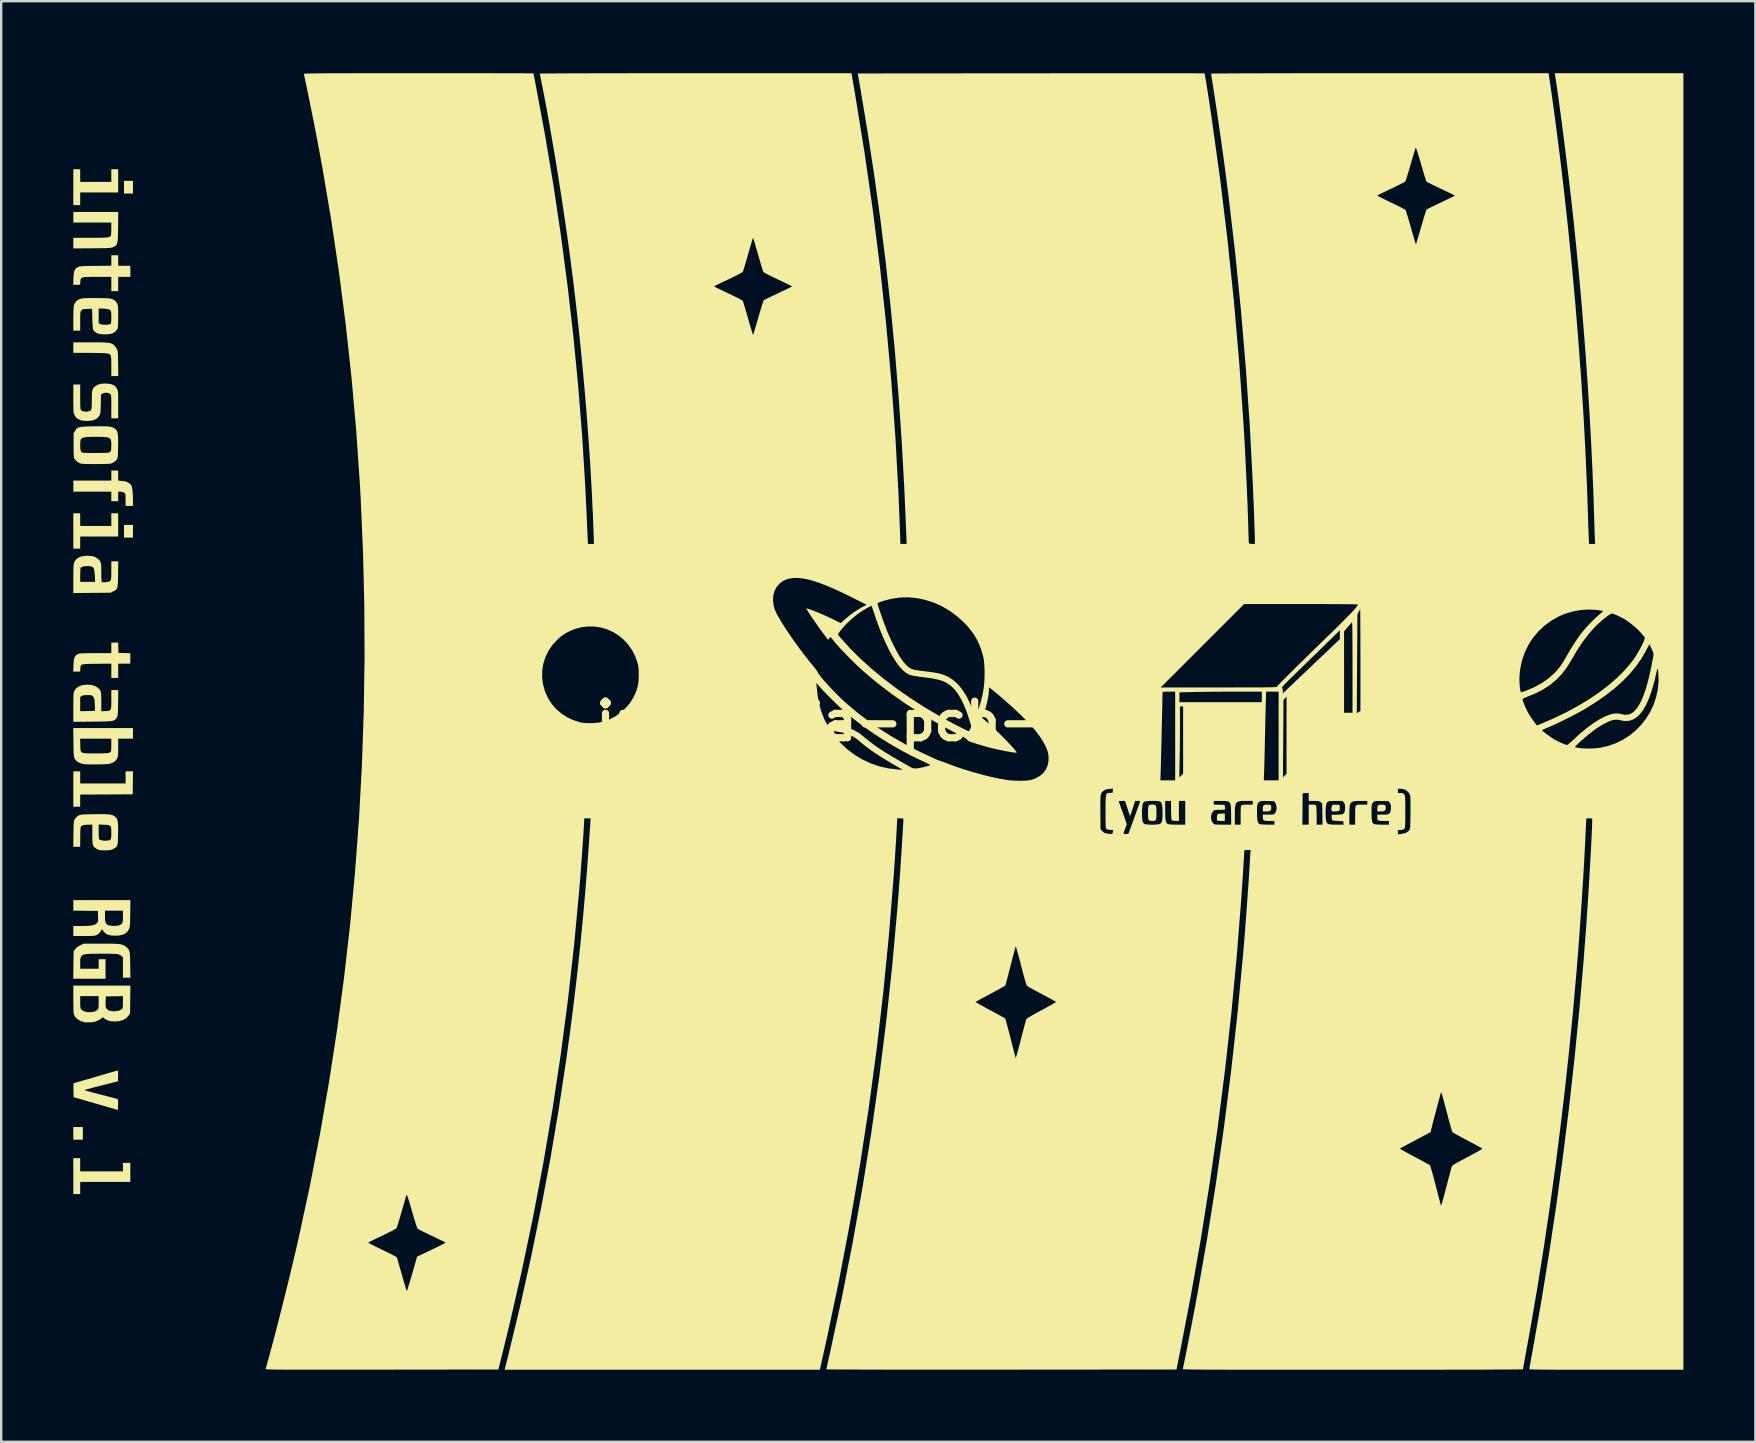
<source format=kicad_pcb>
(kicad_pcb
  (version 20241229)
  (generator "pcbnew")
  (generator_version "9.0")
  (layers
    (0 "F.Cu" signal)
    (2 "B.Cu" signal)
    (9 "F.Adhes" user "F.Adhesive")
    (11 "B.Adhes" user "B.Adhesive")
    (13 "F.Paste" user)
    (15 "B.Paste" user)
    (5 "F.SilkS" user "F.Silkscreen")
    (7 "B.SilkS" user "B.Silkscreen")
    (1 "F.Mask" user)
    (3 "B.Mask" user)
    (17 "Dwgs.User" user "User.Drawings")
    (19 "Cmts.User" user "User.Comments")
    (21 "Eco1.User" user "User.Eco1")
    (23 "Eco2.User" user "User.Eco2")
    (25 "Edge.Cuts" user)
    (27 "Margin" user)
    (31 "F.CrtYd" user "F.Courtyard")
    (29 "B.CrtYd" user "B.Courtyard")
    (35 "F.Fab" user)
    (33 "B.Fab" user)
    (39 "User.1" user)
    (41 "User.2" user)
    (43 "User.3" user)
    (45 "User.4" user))
  (footprint "intersofia-pcb-info"
    (layer "F.Cu")
    (at 33.323 27.005)
    (property "Reference" "intersofia-pcb-info" (at 0 0 0) (layer "F.SilkS") (effects (font (size 1.524 1.524) (thickness 0.3))))
    (attr board_only exclude_from_pos_files exclude_from_bom)
    (fp_poly (pts (xy -32.921 17.439) (xy -33.317 17.439) (xy -33.317 16.911) (xy -32.921 16.911)) (stroke (width 0) (type solid)) (fill yes) (layer "F.SilkS"))
    (fp_poly (pts (xy -30.832 -21.991) (xy -31.206 -21.991) (xy -31.206 -22.519) (xy -30.832 -22.519)) (stroke (width 0) (type solid)) (fill yes) (layer "F.SilkS"))
    (fp_poly (pts (xy -30.832 -7.653) (xy -31.206 -7.653) (xy -31.206 -8.181) (xy -30.832 -8.181)) (stroke (width 0) (type solid)) (fill yes) (layer "F.SilkS"))
    (fp_poly (pts (xy -33.031 -22.475) (xy -31.734 -22.475) (xy -31.734 -23.003) (xy -31.448 -23.003) (xy -31.448 -22.035) (xy -33.031 -22.035) (xy -33.031 -21.508) (xy -33.317 -21.508) (xy -33.317 -23.003) (xy -33.031 -23.003)) (stroke (width 0) (type solid)) (fill yes) (layer "F.SilkS"))
    (fp_poly (pts (xy -33.031 -8.137) (xy -31.734 -8.137) (xy -31.734 -8.665) (xy -31.448 -8.665) (xy -31.448 -7.697) (xy -33.031 -7.697) (xy -33.031 -7.191) (xy -33.317 -7.191) (xy -33.317 -8.665) (xy -33.031 -8.665)) (stroke (width 0) (type solid)) (fill yes) (layer "F.SilkS"))
    (fp_poly (pts (xy -33.031 18.759) (xy -31.25 18.759) (xy -31.25 18.407) (xy -30.942 18.407) (xy -30.942 19.198) (xy -33.031 19.198) (xy -33.031 19.704) (xy -33.317 19.704) (xy -33.317 18.209) (xy -33.031 18.209)) (stroke (width 0) (type solid)) (fill yes) (layer "F.SilkS"))
    (fp_poly (pts (xy -33.031 2.595) (xy -31.14 2.595) (xy -31.14 2.089) (xy -30.831 2.089) (xy -30.837 2.567) (xy -30.843 3.046) (xy -31.937 3.052) (xy -33.031 3.057) (xy -33.031 3.563) (xy -33.317 3.563) (xy -33.317 2.089) (xy -33.031 2.089)) (stroke (width 0) (type solid)) (fill yes) (layer "F.SilkS"))
    (fp_poly (pts (xy 14.668 4.156) (xy 14.518 4.156) (xy 14.44 4.154) (xy 14.381 4.149) (xy 14.353 4.142) (xy 14.353 4.142) (xy 14.342 4.108) (xy 14.338 4.048) (xy 14.341 3.978) (xy 14.349 3.916) (xy 14.363 3.877) (xy 14.365 3.875) (xy 14.4 3.86) (xy 14.466 3.851) (xy 14.53 3.848) (xy 14.668 3.848)) (stroke (width 0) (type solid)) (fill yes) (layer "F.SilkS"))
    (fp_poly (pts (xy 16.522 3.478) (xy 16.571 3.492) (xy 16.596 3.525) (xy 16.603 3.585) (xy 16.603 3.618) (xy 16.594 3.686) (xy 16.562 3.73) (xy 16.501 3.753) (xy 16.404 3.76) (xy 16.393 3.761) (xy 16.252 3.761) (xy 16.252 3.66) (xy 16.257 3.569) (xy 16.277 3.514) (xy 16.32 3.485) (xy 16.396 3.475) (xy 16.437 3.475)) (stroke (width 0) (type solid)) (fill yes) (layer "F.SilkS"))
    (fp_poly (pts (xy 21.286 3.48) (xy 21.341 3.5) (xy 21.368 3.54) (xy 21.376 3.606) (xy 21.376 3.609) (xy 21.367 3.681) (xy 21.337 3.727) (xy 21.279 3.752) (xy 21.186 3.76) (xy 21.165 3.761) (xy 21.024 3.761) (xy 21.024 3.66) (xy 21.029 3.569) (xy 21.049 3.513) (xy 21.093 3.485) (xy 21.167 3.475) (xy 21.196 3.475)) (stroke (width 0) (type solid)) (fill yes) (layer "F.SilkS"))
    (fp_poly (pts (xy 19.274 3.478) (xy 19.303 3.479) (xy 19.451 3.486) (xy 19.458 3.595) (xy 19.459 3.668) (xy 19.446 3.712) (xy 19.427 3.732) (xy 19.387 3.746) (xy 19.322 3.756) (xy 19.248 3.761) (xy 19.18 3.759) (xy 19.134 3.751) (xy 19.125 3.746) (xy 19.113 3.71) (xy 19.111 3.65) (xy 19.119 3.582) (xy 19.132 3.53) (xy 19.147 3.5) (xy 19.167 3.483) (xy 19.206 3.477)) (stroke (width 0) (type solid)) (fill yes) (layer "F.SilkS"))
    (fp_poly (pts (xy 11.711 3.477) (xy 11.758 3.489) (xy 11.79 3.516) (xy 11.808 3.564) (xy 11.817 3.642) (xy 11.82 3.754) (xy 11.82 3.815) (xy 11.819 3.944) (xy 11.813 4.034) (xy 11.803 4.092) (xy 11.79 4.12) (xy 11.746 4.145) (xy 11.677 4.157) (xy 11.601 4.156) (xy 11.535 4.142) (xy 11.499 4.12) (xy 11.484 4.088) (xy 11.475 4.028) (xy 11.47 3.934) (xy 11.468 3.816) (xy 11.47 3.686) (xy 11.476 3.595) (xy 11.49 3.534) (xy 11.515 3.498) (xy 11.555 3.481) (xy 11.612 3.475) (xy 11.644 3.475)) (stroke (width 0) (type solid)) (fill yes) (layer "F.SilkS"))
    (fp_poly (pts (xy -31.448 -10.034) (xy -31.379 -10.02) (xy -31.307 -10.01) (xy -31.23 -10.006) (xy -31.23 -10.006) (xy -31.141 -9.991) (xy -31.046 -9.952) (xy -30.961 -9.898) (xy -30.914 -9.85) (xy -30.882 -9.78) (xy -30.858 -9.668) (xy -30.842 -9.515) (xy -30.834 -9.324) (xy -30.833 -9.231) (xy -30.832 -8.972) (xy -31.14 -8.972) (xy -31.14 -9.22) (xy -31.142 -9.321) (xy -31.145 -9.407) (xy -31.151 -9.468) (xy -31.157 -9.491) (xy -31.208 -9.534) (xy -31.29 -9.56) (xy -31.358 -9.566) (xy -31.448 -9.566) (xy -31.448 -9.17) (xy -31.734 -9.17) (xy -31.734 -9.566) (xy -33.317 -9.566) (xy -33.317 -10.028) (xy -31.734 -10.028) (xy -31.734 -10.446) (xy -31.448 -10.446)) (stroke (width 0) (type solid)) (fill yes) (layer "F.SilkS"))
    (fp_poly (pts (xy -31.448 -18.979) (xy -30.942 -18.979) (xy -30.942 -18.517) (xy -31.448 -18.517) (xy -31.448 -17.923) (xy -31.734 -17.923) (xy -31.734 -18.517) (xy -32.325 -18.517) (xy -32.516 -18.517) (xy -32.668 -18.515) (xy -32.785 -18.512) (xy -32.873 -18.504) (xy -32.934 -18.491) (xy -32.976 -18.471) (xy -33.001 -18.444) (xy -33.015 -18.407) (xy -33.022 -18.36) (xy -33.026 -18.311) (xy -33.036 -18.187) (xy -33.323 -18.187) (xy -33.312 -18.459) (xy -33.304 -18.605) (xy -33.289 -18.713) (xy -33.265 -18.793) (xy -33.228 -18.852) (xy -33.177 -18.896) (xy -33.129 -18.924) (xy -33.101 -18.936) (xy -33.07 -18.946) (xy -33.029 -18.954) (xy -32.974 -18.96) (xy -32.9 -18.965) (xy -32.801 -18.968) (xy -32.672 -18.971) (xy -32.507 -18.973) (xy -32.388 -18.975) (xy -31.734 -18.982) (xy -31.734 -19.418) (xy -31.448 -19.418)) (stroke (width 0) (type solid)) (fill yes) (layer "F.SilkS"))
    (fp_poly (pts (xy -31.443 -3.062) (xy -31.437 -2.848) (xy -31.189 -2.842) (xy -30.942 -2.835) (xy -30.942 -2.397) (xy -31.448 -2.397) (xy -31.448 -1.803) (xy -31.734 -1.803) (xy -31.734 -2.399) (xy -32.338 -2.393) (xy -32.527 -2.39) (xy -32.677 -2.388) (xy -32.793 -2.383) (xy -32.878 -2.376) (xy -32.939 -2.363) (xy -32.979 -2.345) (xy -33.003 -2.319) (xy -33.016 -2.284) (xy -33.022 -2.24) (xy -33.026 -2.189) (xy -33.036 -2.067) (xy -33.322 -2.067) (xy -33.313 -2.326) (xy -33.304 -2.476) (xy -33.287 -2.589) (xy -33.261 -2.673) (xy -33.223 -2.732) (xy -33.169 -2.776) (xy -33.132 -2.795) (xy -33.102 -2.807) (xy -33.068 -2.816) (xy -33.024 -2.823) (xy -32.964 -2.829) (xy -32.884 -2.832) (xy -32.777 -2.834) (xy -32.64 -2.836) (xy -32.465 -2.836) (xy -32.388 -2.836) (xy -31.734 -2.837) (xy -31.734 -3.277) (xy -31.449 -3.277)) (stroke (width 0) (type solid)) (fill yes) (layer "F.SilkS"))
    (fp_poly (pts (xy -32.386 -15.789) (xy -32.205 -15.787) (xy -32.058 -15.784) (xy -31.941 -15.777) (xy -31.85 -15.768) (xy -31.779 -15.755) (xy -31.723 -15.738) (xy -31.679 -15.716) (xy -31.64 -15.688) (xy -31.618 -15.668) (xy -31.569 -15.612) (xy -31.521 -15.541) (xy -31.508 -15.519) (xy -31.492 -15.488) (xy -31.48 -15.455) (xy -31.471 -15.414) (xy -31.465 -15.36) (xy -31.46 -15.286) (xy -31.456 -15.186) (xy -31.454 -15.054) (xy -31.451 -14.905) (xy -31.444 -14.382) (xy -31.734 -14.382) (xy -31.734 -14.798) (xy -31.734 -14.959) (xy -31.737 -15.081) (xy -31.745 -15.171) (xy -31.759 -15.235) (xy -31.782 -15.276) (xy -31.816 -15.302) (xy -31.862 -15.318) (xy -31.922 -15.33) (xy -31.972 -15.334) (xy -32.059 -15.338) (xy -32.177 -15.342) (xy -32.318 -15.345) (xy -32.477 -15.347) (xy -32.645 -15.349) (xy -32.674 -15.349) (xy -33.317 -15.35) (xy -33.317 -15.79) (xy -32.606 -15.79)) (stroke (width 0) (type solid)) (fill yes) (layer "F.SilkS"))
    (fp_poly (pts (xy -31.452 -20.589) (xy -31.454 -20.39) (xy -31.458 -20.23) (xy -31.463 -20.104) (xy -31.471 -20.007) (xy -31.484 -19.935) (xy -31.502 -19.881) (xy -31.527 -19.842) (xy -31.56 -19.812) (xy -31.602 -19.786) (xy -31.645 -19.764) (xy -31.673 -19.751) (xy -31.701 -19.741) (xy -31.735 -19.733) (xy -31.779 -19.726) (xy -31.838 -19.721) (xy -31.917 -19.717) (xy -32.021 -19.714) (xy -32.155 -19.712) (xy -32.322 -19.71) (xy -32.529 -19.708) (xy -32.531 -19.708) (xy -33.317 -19.702) (xy -33.317 -20.144) (xy -32.616 -20.144) (xy -32.403 -20.144) (xy -32.229 -20.146) (xy -32.091 -20.149) (xy -31.983 -20.155) (xy -31.903 -20.162) (xy -31.844 -20.173) (xy -31.803 -20.187) (xy -31.776 -20.205) (xy -31.758 -20.227) (xy -31.755 -20.233) (xy -31.746 -20.27) (xy -31.739 -20.341) (xy -31.735 -20.434) (xy -31.734 -20.527) (xy -31.734 -20.782) (xy -33.317 -20.782) (xy -33.317 -21.222) (xy -31.445 -21.222)) (stroke (width 0) (type solid)) (fill yes) (layer "F.SilkS"))
    (fp_poly (pts (xy -31.458 14.578) (xy -31.452 14.639) (xy -31.451 14.742) (xy -31.452 14.782) (xy -31.459 15.005) (xy -32.157 15.183) (xy -32.325 15.226) (xy -32.478 15.266) (xy -32.612 15.302) (xy -32.721 15.332) (xy -32.801 15.355) (xy -32.846 15.37) (xy -32.855 15.374) (xy -32.835 15.382) (xy -32.776 15.4) (xy -32.686 15.426) (xy -32.568 15.458) (xy -32.427 15.495) (xy -32.269 15.536) (xy -32.171 15.561) (xy -32.004 15.604) (xy -31.851 15.643) (xy -31.716 15.679) (xy -31.605 15.708) (xy -31.523 15.73) (xy -31.476 15.744) (xy -31.467 15.748) (xy -31.459 15.774) (xy -31.453 15.834) (xy -31.451 15.92) (xy -31.452 15.981) (xy -31.459 16.202) (xy -32.382 15.934) (xy -33.306 15.666) (xy -33.312 15.376) (xy -33.313 15.269) (xy -33.313 15.18) (xy -33.311 15.116) (xy -33.308 15.087) (xy -33.307 15.086) (xy -33.284 15.08) (xy -33.224 15.063) (xy -33.129 15.036) (xy -33.006 15) (xy -32.859 14.958) (xy -32.691 14.909) (xy -32.507 14.855) (xy -32.395 14.822) (xy -32.204 14.766) (xy -32.025 14.714) (xy -31.864 14.668) (xy -31.724 14.628) (xy -31.61 14.596) (xy -31.528 14.573) (xy -31.48 14.56) (xy -31.47 14.558)) (stroke (width 0) (type solid)) (fill yes) (layer "F.SilkS"))
    (fp_poly (pts (xy -31.93 9.27) (xy -31.747 9.271) (xy -31.598 9.275) (xy -31.479 9.281) (xy -31.384 9.291) (xy -31.309 9.305) (xy -31.249 9.323) (xy -31.198 9.347) (xy -31.153 9.377) (xy -31.108 9.414) (xy -31.104 9.418) (xy -31.059 9.458) (xy -31.025 9.496) (xy -30.998 9.537) (xy -30.979 9.588) (xy -30.966 9.653) (xy -30.957 9.74) (xy -30.951 9.854) (xy -30.948 10.001) (xy -30.946 10.155) (xy -30.938 10.688) (xy -31.25 10.688) (xy -31.25 9.834) (xy -31.316 9.778) (xy -31.384 9.735) (xy -31.459 9.706) (xy -31.465 9.705) (xy -31.508 9.7) (xy -31.588 9.696) (xy -31.7 9.693) (xy -31.835 9.69) (xy -31.989 9.689) (xy -32.154 9.688) (xy -32.173 9.688) (xy -32.39 9.689) (xy -32.567 9.692) (xy -32.707 9.698) (xy -32.816 9.711) (xy -32.898 9.732) (xy -32.955 9.762) (xy -32.993 9.803) (xy -33.016 9.859) (xy -33.027 9.929) (xy -33.031 10.017) (xy -33.031 10.088) (xy -33.031 10.314) (xy -32.261 10.314) (xy -32.261 9.918) (xy -31.975 9.918) (xy -31.975 10.732) (xy -33.32 10.732) (xy -33.313 10.164) (xy -33.306 9.596) (xy -33.246 9.506) (xy -33.19 9.44) (xy -33.112 9.382) (xy -33.038 9.343) (xy -32.889 9.269) (xy -32.152 9.269)) (stroke (width 0) (type solid)) (fill yes) (layer "F.SilkS"))
    (fp_poly (pts (xy -30.832 0.726) (xy -31.448 0.726) (xy -31.448 1.095) (xy -31.448 1.233) (xy -31.45 1.335) (xy -31.454 1.409) (xy -31.461 1.464) (xy -31.473 1.507) (xy -31.489 1.545) (xy -31.497 1.562) (xy -31.562 1.652) (xy -31.655 1.719) (xy -31.783 1.765) (xy -31.855 1.78) (xy -31.915 1.786) (xy -32.01 1.792) (xy -32.13 1.796) (xy -32.265 1.799) (xy -32.407 1.8) (xy -32.546 1.8) (xy -32.674 1.799) (xy -32.78 1.796) (xy -32.855 1.791) (xy -32.877 1.788) (xy -32.992 1.76) (xy -33.096 1.718) (xy -33.173 1.67) (xy -33.19 1.654) (xy -33.223 1.618) (xy -33.249 1.583) (xy -33.269 1.546) (xy -33.284 1.499) (xy -33.295 1.438) (xy -33.302 1.358) (xy -33.307 1.251) (xy -33.31 1.113) (xy -33.312 0.938) (xy -33.313 0.885) (xy -33.315 0.726) (xy -33.035 0.726) (xy -33.027 0.992) (xy -33.025 1.093) (xy -33.021 1.173) (xy -33.011 1.234) (xy -32.989 1.278) (xy -32.952 1.308) (xy -32.894 1.327) (xy -32.81 1.337) (xy -32.696 1.341) (xy -32.547 1.342) (xy -32.389 1.341) (xy -32.188 1.34) (xy -32.03 1.337) (xy -31.915 1.332) (xy -31.842 1.324) (xy -31.815 1.316) (xy -31.771 1.287) (xy -31.75 1.267) (xy -31.744 1.236) (xy -31.739 1.171) (xy -31.735 1.082) (xy -31.734 0.984) (xy -31.734 0.726) (xy -33.035 0.726) (xy -33.315 0.726) (xy -33.32 0.286) (xy -30.832 0.286)) (stroke (width 0) (type solid)) (fill yes) (layer "F.SilkS"))
    (fp_poly (pts (xy -30.946 8.01) (xy -30.949 8.183) (xy -30.952 8.319) (xy -30.955 8.422) (xy -30.96 8.5) (xy -30.967 8.557) (xy -30.976 8.601) (xy -30.988 8.638) (xy -31 8.667) (xy -31.066 8.772) (xy -31.156 8.85) (xy -31.274 8.902) (xy -31.424 8.931) (xy -31.58 8.938) (xy -31.736 8.929) (xy -31.859 8.904) (xy -31.955 8.858) (xy -32.033 8.788) (xy -32.06 8.754) (xy -32.125 8.664) (xy -32.182 8.761) (xy -32.259 8.856) (xy -32.334 8.904) (xy -32.37 8.92) (xy -32.408 8.932) (xy -32.455 8.94) (xy -32.518 8.946) (xy -32.604 8.949) (xy -32.72 8.95) (xy -32.873 8.95) (xy -33.317 8.95) (xy -33.317 8.533) (xy -32.977 8.533) (xy -32.796 8.53) (xy -32.652 8.523) (xy -32.541 8.509) (xy -32.456 8.488) (xy -32.392 8.459) (xy -32.344 8.421) (xy -32.316 8.391) (xy -32.298 8.363) (xy -32.289 8.326) (xy -32.286 8.269) (xy -32.287 8.184) (xy -32.288 8.132) (xy -32.288 8.132) (xy -31.997 8.132) (xy -31.995 8.258) (xy -31.986 8.348) (xy -31.966 8.41) (xy -31.934 8.454) (xy -31.885 8.486) (xy -31.858 8.498) (xy -31.79 8.517) (xy -31.696 8.527) (xy -31.592 8.53) (xy -31.496 8.525) (xy -31.422 8.511) (xy -31.41 8.506) (xy -31.345 8.476) (xy -31.3 8.442) (xy -31.272 8.399) (xy -31.257 8.335) (xy -31.251 8.244) (xy -31.25 8.144) (xy -31.25 7.895) (xy -31.997 7.895) (xy -31.997 8.132) (xy -32.288 8.132) (xy -32.294 7.906) (xy -33.317 7.894) (xy -33.317 7.455) (xy -30.937 7.455)) (stroke (width 0) (type solid)) (fill yes) (layer "F.SilkS"))
    (fp_poly (pts (xy -32.599 -6.889) (xy -32.493 -6.872) (xy -32.404 -6.838) (xy -32.317 -6.784) (xy -32.309 -6.778) (xy -32.256 -6.737) (xy -32.217 -6.696) (xy -32.189 -6.648) (xy -32.17 -6.587) (xy -32.159 -6.506) (xy -32.153 -6.397) (xy -32.152 -6.254) (xy -32.151 -6.197) (xy -32.15 -6.047) (xy -32.146 -5.928) (xy -32.14 -5.845) (xy -32.133 -5.801) (xy -32.129 -5.794) (xy -32.097 -5.789) (xy -32.035 -5.79) (xy -31.961 -5.796) (xy -31.885 -5.805) (xy -31.828 -5.817) (xy -31.788 -5.839) (xy -31.761 -5.876) (xy -31.745 -5.935) (xy -31.737 -6.02) (xy -31.734 -6.138) (xy -31.734 -6.279) (xy -31.734 -6.663) (xy -31.445 -6.663) (xy -31.452 -6.126) (xy -31.454 -5.946) (xy -31.458 -5.803) (xy -31.464 -5.694) (xy -31.475 -5.612) (xy -31.491 -5.551) (xy -31.515 -5.507) (xy -31.548 -5.473) (xy -31.592 -5.444) (xy -31.648 -5.415) (xy -31.658 -5.41) (xy -31.766 -5.355) (xy -32.542 -5.348) (xy -33.317 -5.341) (xy -33.317 -5.806) (xy -33.031 -5.806) (xy -32.409 -5.806) (xy -32.421 -6.053) (xy -32.431 -6.198) (xy -32.447 -6.305) (xy -32.474 -6.379) (xy -32.517 -6.427) (xy -32.578 -6.453) (xy -32.664 -6.464) (xy -32.734 -6.465) (xy -32.854 -6.458) (xy -32.947 -6.437) (xy -33.005 -6.404) (xy -33.014 -6.393) (xy -33.02 -6.362) (xy -33.025 -6.296) (xy -33.029 -6.205) (xy -33.031 -6.098) (xy -33.031 -6.086) (xy -33.031 -5.806) (xy -33.317 -5.806) (xy -33.316 -5.942) (xy -33.316 -6.123) (xy -33.315 -6.266) (xy -33.313 -6.376) (xy -33.309 -6.459) (xy -33.304 -6.521) (xy -33.297 -6.567) (xy -33.287 -6.602) (xy -33.275 -6.633) (xy -33.205 -6.74) (xy -33.104 -6.819) (xy -32.971 -6.869) (xy -32.804 -6.892) (xy -32.734 -6.894)) (stroke (width 0) (type solid)) (fill yes) (layer "F.SilkS"))
    (fp_poly (pts (xy -32.554 -1.508) (xy -32.409 -1.465) (xy -32.293 -1.397) (xy -32.209 -1.306) (xy -32.187 -1.268) (xy -32.174 -1.231) (xy -32.164 -1.182) (xy -32.157 -1.114) (xy -32.153 -1.019) (xy -32.152 -0.892) (xy -32.151 -0.802) (xy -32.151 -0.413) (xy -31.988 -0.421) (xy -31.904 -0.426) (xy -31.841 -0.435) (xy -31.796 -0.454) (xy -31.766 -0.488) (xy -31.747 -0.543) (xy -31.738 -0.625) (xy -31.734 -0.739) (xy -31.734 -0.891) (xy -31.734 -1.297) (xy -31.445 -1.297) (xy -31.452 -0.764) (xy -31.454 -0.597) (xy -31.457 -0.467) (xy -31.46 -0.37) (xy -31.464 -0.298) (xy -31.471 -0.247) (xy -31.48 -0.21) (xy -31.491 -0.181) (xy -31.506 -0.154) (xy -31.508 -0.151) (xy -31.534 -0.111) (xy -31.56 -0.079) (xy -31.591 -0.052) (xy -31.631 -0.032) (xy -31.684 -0.016) (xy -31.756 -0.004) (xy -31.849 0.004) (xy -31.97 0.01) (xy -32.121 0.013) (xy -32.308 0.016) (xy -32.52 0.018) (xy -33.317 0.025) (xy -33.317 -0.417) (xy -33.031 -0.417) (xy -32.729 -0.423) (xy -32.426 -0.429) (xy -32.419 -0.517) (xy -32.417 -0.581) (xy -32.419 -0.672) (xy -32.425 -0.771) (xy -32.426 -0.787) (xy -32.437 -0.888) (xy -32.452 -0.956) (xy -32.473 -1.004) (xy -32.492 -1.029) (xy -32.521 -1.058) (xy -32.551 -1.076) (xy -32.595 -1.085) (xy -32.664 -1.088) (xy -32.728 -1.089) (xy -32.834 -1.086) (xy -32.907 -1.076) (xy -32.958 -1.057) (xy -32.971 -1.05) (xy -33.031 -1.011) (xy -33.031 -0.417) (xy -33.317 -0.417) (xy -33.317 -0.575) (xy -33.317 -0.754) (xy -33.316 -0.895) (xy -33.314 -1.004) (xy -33.311 -1.086) (xy -33.306 -1.146) (xy -33.299 -1.191) (xy -33.289 -1.225) (xy -33.277 -1.256) (xy -33.272 -1.266) (xy -33.198 -1.37) (xy -33.09 -1.449) (xy -32.951 -1.5) (xy -32.785 -1.523) (xy -32.723 -1.524)) (stroke (width 0) (type solid)) (fill yes) (layer "F.SilkS"))
    (fp_poly (pts (xy -30.946 11.599) (xy -30.953 12.18) (xy -31.02 12.275) (xy -31.12 12.379) (xy -31.252 12.454) (xy -31.415 12.497) (xy -31.525 12.509) (xy -31.695 12.508) (xy -31.832 12.486) (xy -31.945 12.44) (xy -32.005 12.399) (xy -32.089 12.332) (xy -32.137 12.378) (xy -32.182 12.411) (xy -32.251 12.451) (xy -32.316 12.483) (xy -32.401 12.517) (xy -32.483 12.537) (xy -32.581 12.547) (xy -32.635 12.549) (xy -32.727 12.55) (xy -32.805 12.549) (xy -32.858 12.545) (xy -32.866 12.543) (xy -33.023 12.489) (xy -33.149 12.415) (xy -33.24 12.322) (xy -33.275 12.263) (xy -33.287 12.231) (xy -33.297 12.195) (xy -33.304 12.148) (xy -33.31 12.085) (xy -33.313 11.999) (xy -33.315 11.886) (xy -33.316 11.74) (xy -33.316 11.707) (xy -33.031 11.707) (xy -33.03 11.819) (xy -33.026 11.897) (xy -33.019 11.949) (xy -33.005 11.985) (xy -32.986 12.015) (xy -32.92 12.067) (xy -32.824 12.104) (xy -32.708 12.124) (xy -32.585 12.125) (xy -32.466 12.107) (xy -32.415 12.091) (xy -32.357 12.06) (xy -32.311 12.024) (xy -32.29 12.001) (xy -32.276 11.973) (xy -32.267 11.932) (xy -32.263 11.869) (xy -32.261 11.775) (xy -32.261 11.752) (xy -31.973 11.752) (xy -31.971 11.84) (xy -31.966 11.904) (xy -31.965 11.914) (xy -31.93 11.987) (xy -31.86 12.042) (xy -31.761 12.077) (xy -31.638 12.089) (xy -31.496 12.078) (xy -31.468 12.073) (xy -31.391 12.051) (xy -31.325 12.021) (xy -31.3 12.003) (xy -31.278 11.979) (xy -31.264 11.951) (xy -31.255 11.91) (xy -31.251 11.846) (xy -31.25 11.751) (xy -31.25 11.706) (xy -31.25 11.456) (xy -31.607 11.462) (xy -31.964 11.468) (xy -31.971 11.655) (xy -31.973 11.752) (xy -32.261 11.752) (xy -32.261 11.718) (xy -32.261 11.457) (xy -33.031 11.457) (xy -33.031 11.707) (xy -33.316 11.707) (xy -33.316 11.595) (xy -33.317 11.018) (xy -30.939 11.018)) (stroke (width 0) (type solid)) (fill yes) (layer "F.SilkS"))
    (fp_poly (pts (xy -31.916 -14.07) (xy -31.764 -14.051) (xy -31.647 -14.01) (xy -31.559 -13.945) (xy -31.497 -13.855) (xy -31.482 -13.824) (xy -31.47 -13.792) (xy -31.462 -13.754) (xy -31.456 -13.704) (xy -31.451 -13.636) (xy -31.449 -13.544) (xy -31.448 -13.422) (xy -31.448 -13.265) (xy -31.448 -13.19) (xy -31.448 -12.623) (xy -31.734 -12.623) (xy -31.734 -13.107) (xy -31.734 -13.266) (xy -31.735 -13.387) (xy -31.737 -13.476) (xy -31.741 -13.538) (xy -31.748 -13.58) (xy -31.757 -13.607) (xy -31.769 -13.626) (xy -31.775 -13.632) (xy -31.846 -13.675) (xy -31.938 -13.692) (xy -32.033 -13.681) (xy -32.08 -13.664) (xy -32.162 -13.624) (xy -32.174 -13.215) (xy -32.178 -13.071) (xy -32.182 -12.964) (xy -32.187 -12.886) (xy -32.194 -12.83) (xy -32.205 -12.79) (xy -32.219 -12.757) (xy -32.239 -12.724) (xy -32.247 -12.713) (xy -32.324 -12.624) (xy -32.425 -12.563) (xy -32.553 -12.527) (xy -32.714 -12.514) (xy -32.734 -12.514) (xy -32.84 -12.518) (xy -32.938 -12.528) (xy -33.009 -12.543) (xy -33.019 -12.546) (xy -33.13 -12.598) (xy -33.211 -12.668) (xy -33.267 -12.755) (xy -33.282 -12.786) (xy -33.294 -12.817) (xy -33.302 -12.854) (xy -33.309 -12.903) (xy -33.313 -12.969) (xy -33.315 -13.058) (xy -33.316 -13.177) (xy -33.317 -13.33) (xy -33.317 -13.441) (xy -33.317 -14.03) (xy -33.031 -14.03) (xy -33.031 -13.518) (xy -33.03 -13.339) (xy -33.028 -13.201) (xy -33.024 -13.098) (xy -33.018 -13.027) (xy -33.01 -12.983) (xy -33.003 -12.967) (xy -32.951 -12.929) (xy -32.872 -12.907) (xy -32.781 -12.9) (xy -32.691 -12.909) (xy -32.616 -12.934) (xy -32.575 -12.967) (xy -32.564 -12.999) (xy -32.555 -13.06) (xy -32.55 -13.155) (xy -32.548 -13.288) (xy -32.547 -13.376) (xy -32.546 -13.534) (xy -32.542 -13.655) (xy -32.532 -13.746) (xy -32.515 -13.815) (xy -32.49 -13.869) (xy -32.454 -13.914) (xy -32.406 -13.958) (xy -32.403 -13.96) (xy -32.295 -14.024) (xy -32.158 -14.062) (xy -31.99 -14.073)) (stroke (width 0) (type solid)) (fill yes) (layer "F.SilkS"))
    (fp_poly (pts (xy -32.44 -17.635) (xy -32.309 -17.633) (xy -32.14 -17.631) (xy -32.009 -17.628) (xy -31.91 -17.625) (xy -31.835 -17.621) (xy -31.781 -17.614) (xy -31.739 -17.605) (xy -31.704 -17.593) (xy -31.67 -17.578) (xy -31.656 -17.57) (xy -31.574 -17.519) (xy -31.518 -17.454) (xy -31.497 -17.417) (xy -31.48 -17.382) (xy -31.468 -17.347) (xy -31.459 -17.304) (xy -31.453 -17.248) (xy -31.45 -17.17) (xy -31.448 -17.065) (xy -31.448 -16.926) (xy -31.448 -16.861) (xy -31.449 -16.682) (xy -31.453 -16.539) (xy -31.459 -16.434) (xy -31.467 -16.371) (xy -31.472 -16.355) (xy -31.549 -16.252) (xy -31.654 -16.178) (xy -31.72 -16.152) (xy -31.821 -16.133) (xy -31.946 -16.123) (xy -32.077 -16.124) (xy -32.198 -16.135) (xy -32.28 -16.152) (xy -32.393 -16.204) (xy -32.472 -16.281) (xy -32.489 -16.306) (xy -32.499 -16.345) (xy -32.508 -16.424) (xy -32.516 -16.537) (xy -32.522 -16.679) (xy -32.525 -16.768) (xy -32.536 -17.186) (xy -32.734 -17.182) (xy -32.83 -17.178) (xy -32.893 -17.172) (xy -32.933 -17.161) (xy -32.962 -17.141) (xy -32.982 -17.12) (xy -32.999 -17.097) (xy -33.012 -17.072) (xy -33.021 -17.038) (xy -33.026 -16.987) (xy -33.029 -16.913) (xy -33.031 -16.808) (xy -33.031 -16.668) (xy -33.031 -16.274) (xy -33.317 -16.274) (xy -33.317 -16.763) (xy -33.316 -16.929) (xy -33.312 -17.075) (xy -33.307 -17.197) (xy -33.307 -17.197) (xy -32.261 -17.197) (xy -32.261 -16.579) (xy -32.19 -16.547) (xy -32.126 -16.53) (xy -32.041 -16.522) (xy -31.947 -16.521) (xy -31.86 -16.529) (xy -31.794 -16.544) (xy -31.77 -16.557) (xy -31.753 -16.578) (xy -31.743 -16.615) (xy -31.736 -16.676) (xy -31.734 -16.768) (xy -31.734 -16.833) (xy -31.736 -16.966) (xy -31.744 -17.058) (xy -31.758 -17.11) (xy -31.762 -17.118) (xy -31.81 -17.152) (xy -31.896 -17.177) (xy -32.013 -17.192) (xy -32.124 -17.196) (xy -32.261 -17.197) (xy -33.307 -17.197) (xy -33.3 -17.287) (xy -33.292 -17.34) (xy -33.292 -17.34) (xy -33.256 -17.419) (xy -33.195 -17.497) (xy -33.183 -17.509) (xy -33.14 -17.546) (xy -33.093 -17.575) (xy -33.038 -17.598) (xy -32.968 -17.615) (xy -32.878 -17.626) (xy -32.764 -17.632) (xy -32.619 -17.635)) (stroke (width 0) (type solid)) (fill yes) (layer "F.SilkS"))
    (fp_poly (pts (xy -32.065 3.874) (xy -31.936 3.877) (xy -31.835 3.885) (xy -31.757 3.896) (xy -31.695 3.912) (xy -31.645 3.933) (xy -31.601 3.96) (xy -31.587 3.971) (xy -31.543 4.009) (xy -31.51 4.051) (xy -31.485 4.105) (xy -31.467 4.175) (xy -31.457 4.268) (xy -31.451 4.389) (xy -31.45 4.544) (xy -31.452 4.678) (xy -31.455 4.846) (xy -31.459 4.976) (xy -31.467 5.074) (xy -31.48 5.147) (xy -31.5 5.201) (xy -31.529 5.241) (xy -31.569 5.274) (xy -31.622 5.307) (xy -31.645 5.32) (xy -31.701 5.347) (xy -31.76 5.364) (xy -31.837 5.374) (xy -31.943 5.379) (xy -31.951 5.38) (xy -32.052 5.381) (xy -32.143 5.378) (xy -32.212 5.372) (xy -32.232 5.368) (xy -32.349 5.321) (xy -32.44 5.25) (xy -32.484 5.19) (xy -32.499 5.158) (xy -32.51 5.118) (xy -32.517 5.066) (xy -32.522 4.992) (xy -32.524 4.891) (xy -32.525 4.755) (xy -32.525 4.712) (xy -32.525 4.31) (xy -32.687 4.31) (xy -32.824 4.317) (xy -32.922 4.338) (xy -32.985 4.375) (xy -33.011 4.413) (xy -33.017 4.453) (xy -33.023 4.527) (xy -33.028 4.629) (xy -33.03 4.75) (xy -33.031 4.851) (xy -33.031 5.234) (xy -33.32 5.234) (xy -33.313 4.701) (xy -33.31 4.533) (xy -33.308 4.404) (xy -33.305 4.307) (xy -33.305 4.305) (xy -32.261 4.305) (xy -32.261 4.599) (xy -32.26 4.71) (xy -32.256 4.807) (xy -32.25 4.879) (xy -32.244 4.919) (xy -32.242 4.922) (xy -32.21 4.942) (xy -32.15 4.961) (xy -32.077 4.975) (xy -32.007 4.982) (xy -31.964 4.979) (xy -31.908 4.972) (xy -31.862 4.97) (xy -31.81 4.964) (xy -31.774 4.943) (xy -31.751 4.9) (xy -31.739 4.829) (xy -31.734 4.724) (xy -31.734 4.663) (xy -31.735 4.535) (xy -31.744 4.444) (xy -31.765 4.383) (xy -31.805 4.346) (xy -31.87 4.327) (xy -31.966 4.318) (xy -32.039 4.314) (xy -32.261 4.305) (xy -33.305 4.305) (xy -33.3 4.235) (xy -33.294 4.183) (xy -33.285 4.144) (xy -33.273 4.113) (xy -33.257 4.083) (xy -33.252 4.074) (xy -33.178 3.983) (xy -33.098 3.931) (xy -33.066 3.916) (xy -33.032 3.904) (xy -32.992 3.895) (xy -32.939 3.889) (xy -32.868 3.884) (xy -32.772 3.88) (xy -32.646 3.878) (xy -32.484 3.876) (xy -32.426 3.875) (xy -32.226 3.873)) (stroke (width 0) (type solid)) (fill yes) (layer "F.SilkS"))
    (fp_poly (pts (xy -32.065 -12.29) (xy -31.937 -12.287) (xy -31.836 -12.28) (xy -31.757 -12.268) (xy -31.696 -12.252) (xy -31.645 -12.231) (xy -31.601 -12.203) (xy -31.587 -12.193) (xy -31.544 -12.156) (xy -31.51 -12.114) (xy -31.485 -12.061) (xy -31.468 -11.993) (xy -31.457 -11.903) (xy -31.451 -11.786) (xy -31.45 -11.635) (xy -31.452 -11.465) (xy -31.454 -11.307) (xy -31.457 -11.187) (xy -31.46 -11.097) (xy -31.465 -11.033) (xy -31.472 -10.988) (xy -31.483 -10.954) (xy -31.496 -10.927) (xy -31.514 -10.9) (xy -31.569 -10.84) (xy -31.641 -10.785) (xy -31.668 -10.77) (xy -31.7 -10.755) (xy -31.733 -10.743) (xy -31.772 -10.735) (xy -31.824 -10.728) (xy -31.894 -10.724) (xy -31.989 -10.721) (xy -32.114 -10.719) (xy -32.274 -10.717) (xy -32.338 -10.717) (xy -32.497 -10.716) (xy -32.646 -10.718) (xy -32.778 -10.72) (xy -32.886 -10.724) (xy -32.962 -10.729) (xy -32.997 -10.734) (xy -33.106 -10.779) (xy -33.203 -10.853) (xy -33.267 -10.936) (xy -33.28 -10.964) (xy -33.29 -11) (xy -33.297 -11.05) (xy -33.301 -11.12) (xy -33.304 -11.215) (xy -33.306 -11.343) (xy -33.306 -11.501) (xy -33.306 -11.506) (xy -33.031 -11.506) (xy -33.028 -11.385) (xy -33.018 -11.3) (xy -32.997 -11.244) (xy -32.965 -11.209) (xy -32.936 -11.193) (xy -32.901 -11.188) (xy -32.829 -11.183) (xy -32.726 -11.18) (xy -32.6 -11.178) (xy -32.456 -11.177) (xy -32.353 -11.178) (xy -32.186 -11.179) (xy -32.057 -11.181) (xy -31.962 -11.184) (xy -31.894 -11.187) (xy -31.847 -11.193) (xy -31.817 -11.201) (xy -31.797 -11.211) (xy -31.783 -11.226) (xy -31.776 -11.235) (xy -31.755 -11.267) (xy -31.743 -11.31) (xy -31.736 -11.373) (xy -31.734 -11.468) (xy -31.734 -11.501) (xy -31.737 -11.624) (xy -31.749 -11.71) (xy -31.775 -11.767) (xy -31.817 -11.804) (xy -31.881 -11.826) (xy -31.91 -11.832) (xy -31.979 -11.841) (xy -32.082 -11.847) (xy -32.207 -11.85) (xy -32.344 -11.852) (xy -32.485 -11.851) (xy -32.617 -11.848) (xy -32.732 -11.842) (xy -32.82 -11.835) (xy -32.854 -11.83) (xy -32.927 -11.809) (xy -32.978 -11.78) (xy -33.009 -11.733) (xy -33.025 -11.662) (xy -33.031 -11.558) (xy -33.031 -11.506) (xy -33.306 -11.506) (xy -33.306 -11.996) (xy -33.246 -12.098) (xy -33.214 -12.148) (xy -33.181 -12.189) (xy -33.142 -12.22) (xy -33.09 -12.243) (xy -33.022 -12.261) (xy -32.932 -12.272) (xy -32.814 -12.28) (xy -32.664 -12.285) (xy -32.476 -12.288) (xy -32.427 -12.289) (xy -32.227 -12.291)) (stroke (width 0) (type solid)) (fill yes) (layer "F.SilkS"))
    (fp_poly (pts (xy -0.742 -26.142) (xy -0.355 -23.756) (xy -0.01 -21.371) (xy 0.291 -18.986) (xy 0.55 -16.604) (xy 0.766 -14.226) (xy 0.94 -11.852) (xy 1.069 -9.484) (xy 1.134 -7.845) (xy 1.149 -7.389) (xy 1.409 -7.389) (xy 1.396 -7.746) (xy 1.312 -9.705) (xy 1.205 -11.63) (xy 1.075 -13.528) (xy 0.921 -15.402) (xy 0.743 -17.259) (xy 0.54 -19.102) (xy 0.311 -20.938) (xy 0.056 -22.77) (xy -0.225 -24.605) (xy -0.502 -26.269) (xy -0.628 -26.994) (xy 6.595 -27) (xy 7.156 -27) (xy 7.706 -27.001) (xy 8.242 -27.001) (xy 8.764 -27.001) (xy 9.27 -27.001) (xy 9.758 -27.002) (xy 10.226 -27.002) (xy 10.673 -27.002) (xy 11.098 -27.002) (xy 11.498 -27.002) (xy 11.872 -27.002) (xy 12.218 -27.002) (xy 12.535 -27.001) (xy 12.822 -27.001) (xy 13.076 -27.001) (xy 13.295 -27.001) (xy 13.479 -27) (xy 13.626 -27) (xy 13.733 -27) (xy 13.8 -26.999) (xy 13.825 -26.999) (xy 13.825 -26.998) (xy 13.831 -26.974) (xy 13.843 -26.91) (xy 13.861 -26.809) (xy 13.883 -26.676) (xy 13.909 -26.514) (xy 13.939 -26.327) (xy 13.971 -26.119) (xy 14.006 -25.892) (xy 14.043 -25.651) (xy 14.08 -25.4) (xy 14.119 -25.142) (xy 14.129 -25.07) (xy 14.479 -22.55) (xy 14.785 -20.019) (xy 15.049 -17.48) (xy 15.27 -14.932) (xy 15.448 -12.377) (xy 15.492 -11.622) (xy 15.51 -11.289) (xy 15.528 -10.938) (xy 15.546 -10.577) (xy 15.563 -10.211) (xy 15.58 -9.847) (xy 15.595 -9.491) (xy 15.61 -9.148) (xy 15.622 -8.825) (xy 15.633 -8.528) (xy 15.641 -8.263) (xy 15.647 -8.038) (xy 15.651 -7.884) (xy 15.656 -7.743) (xy 15.66 -7.621) (xy 15.664 -7.525) (xy 15.668 -7.461) (xy 15.67 -7.439) (xy 15.681 -7.41) (xy 15.706 -7.395) (xy 15.757 -7.39) (xy 15.801 -7.389) (xy 15.922 -7.389) (xy 15.922 -7.516) (xy 15.921 -7.595) (xy 15.918 -7.714) (xy 15.913 -7.868) (xy 15.907 -8.053) (xy 15.9 -8.264) (xy 15.892 -8.497) (xy 15.882 -8.748) (xy 15.872 -9.012) (xy 15.861 -9.284) (xy 15.849 -9.56) (xy 15.838 -9.837) (xy 15.833 -9.94) (xy 15.707 -12.339) (xy 15.542 -14.748) (xy 15.337 -17.161) (xy 15.094 -19.57) (xy 14.82 -21.908) (xy 21.02 -21.908) (xy 21.036 -21.895) (xy 21.086 -21.866) (xy 21.167 -21.824) (xy 21.273 -21.77) (xy 21.4 -21.708) (xy 21.543 -21.639) (xy 21.589 -21.617) (xy 21.748 -21.542) (xy 21.89 -21.472) (xy 22.011 -21.41) (xy 22.106 -21.359) (xy 22.171 -21.321) (xy 22.2 -21.299) (xy 22.201 -21.299) (xy 22.214 -21.267) (xy 22.237 -21.198) (xy 22.268 -21.099) (xy 22.306 -20.974) (xy 22.349 -20.829) (xy 22.395 -20.671) (xy 22.41 -20.617) (xy 22.467 -20.417) (xy 22.513 -20.256) (xy 22.55 -20.129) (xy 22.578 -20.033) (xy 22.6 -19.964) (xy 22.615 -19.919) (xy 22.626 -19.893) (xy 22.633 -19.882) (xy 22.638 -19.883) (xy 22.645 -19.905) (xy 22.664 -19.965) (xy 22.691 -20.057) (xy 22.726 -20.176) (xy 22.768 -20.318) (xy 22.814 -20.477) (xy 22.848 -20.595) (xy 22.897 -20.764) (xy 22.943 -20.92) (xy 22.985 -21.058) (xy 23.022 -21.172) (xy 23.05 -21.258) (xy 23.069 -21.31) (xy 23.076 -21.323) (xy 23.102 -21.339) (xy 23.162 -21.37) (xy 23.252 -21.415) (xy 23.366 -21.471) (xy 23.499 -21.535) (xy 23.645 -21.604) (xy 23.679 -21.62) (xy 23.826 -21.69) (xy 23.959 -21.754) (xy 24.074 -21.809) (xy 24.165 -21.854) (xy 24.227 -21.886) (xy 24.255 -21.902) (xy 24.256 -21.903) (xy 24.237 -21.915) (xy 24.183 -21.943) (xy 24.099 -21.985) (xy 23.99 -22.038) (xy 23.86 -22.1) (xy 23.716 -22.169) (xy 23.672 -22.189) (xy 23.523 -22.26) (xy 23.386 -22.325) (xy 23.268 -22.383) (xy 23.173 -22.431) (xy 23.105 -22.465) (xy 23.071 -22.485) (xy 23.069 -22.487) (xy 23.058 -22.513) (xy 23.037 -22.576) (xy 23.007 -22.671) (xy 22.97 -22.793) (xy 22.927 -22.937) (xy 22.88 -23.098) (xy 22.845 -23.218) (xy 22.797 -23.385) (xy 22.751 -23.537) (xy 22.71 -23.67) (xy 22.676 -23.778) (xy 22.649 -23.857) (xy 22.632 -23.901) (xy 22.626 -23.91) (xy 22.617 -23.885) (xy 22.597 -23.824) (xy 22.568 -23.73) (xy 22.532 -23.61) (xy 22.489 -23.467) (xy 22.443 -23.308) (xy 22.413 -23.203) (xy 22.364 -23.036) (xy 22.318 -22.881) (xy 22.276 -22.745) (xy 22.24 -22.632) (xy 22.211 -22.547) (xy 22.192 -22.497) (xy 22.186 -22.485) (xy 22.159 -22.469) (xy 22.097 -22.436) (xy 22.007 -22.39) (xy 21.893 -22.334) (xy 21.761 -22.269) (xy 21.615 -22.2) (xy 21.596 -22.191) (xy 21.45 -22.121) (xy 21.318 -22.057) (xy 21.203 -22.002) (xy 21.112 -21.957) (xy 21.05 -21.925) (xy 21.021 -21.909) (xy 21.02 -21.908) (xy 14.82 -21.908) (xy 14.812 -21.97) (xy 14.667 -23.091) (xy 14.633 -23.346) (xy 14.594 -23.627) (xy 14.552 -23.927) (xy 14.508 -24.241) (xy 14.462 -24.561) (xy 14.416 -24.882) (xy 14.37 -25.197) (xy 14.325 -25.5) (xy 14.282 -25.786) (xy 14.243 -26.047) (xy 14.207 -26.277) (xy 14.177 -26.47) (xy 14.174 -26.485) (xy 14.152 -26.625) (xy 14.132 -26.751) (xy 14.115 -26.857) (xy 14.103 -26.934) (xy 14.097 -26.978) (xy 14.096 -26.985) (xy 14.118 -26.987) (xy 14.183 -26.989) (xy 14.29 -26.99) (xy 14.439 -26.992) (xy 14.628 -26.994) (xy 14.856 -26.995) (xy 15.123 -26.997) (xy 15.427 -26.998) (xy 15.769 -26.999) (xy 16.146 -27) (xy 16.558 -27.001) (xy 17.005 -27.002) (xy 17.484 -27.003) (xy 17.996 -27.004) (xy 18.539 -27.004) (xy 19.113 -27.005) (xy 19.716 -27.005) (xy 20.349 -27.005) (xy 21.009 -27.005) (xy 21.13 -27.005) (xy 28.163 -27.005) (xy 28.223 -26.593) (xy 28.43 -25.113) (xy 28.625 -23.601) (xy 28.807 -22.066) (xy 28.977 -20.513) (xy 29.134 -18.95) (xy 29.277 -17.382) (xy 29.405 -15.817) (xy 29.519 -14.261) (xy 29.617 -12.72) (xy 29.698 -11.202) (xy 29.763 -9.713) (xy 29.798 -8.698) (xy 29.804 -8.507) (xy 29.81 -8.315) (xy 29.816 -8.132) (xy 29.822 -7.965) (xy 29.827 -7.822) (xy 29.832 -7.711) (xy 29.833 -7.68) (xy 29.847 -7.389) (xy 30.103 -7.389) (xy 30.094 -7.505) (xy 30.091 -7.553) (xy 30.087 -7.639) (xy 30.083 -7.758) (xy 30.078 -7.904) (xy 30.073 -8.071) (xy 30.067 -8.253) (xy 30.062 -8.445) (xy 30.061 -8.456) (xy 30.028 -9.509) (xy 29.983 -10.598) (xy 29.929 -11.717) (xy 29.865 -12.859) (xy 29.792 -14.018) (xy 29.711 -15.188) (xy 29.621 -16.361) (xy 29.524 -17.533) (xy 29.419 -18.696) (xy 29.307 -19.843) (xy 29.203 -20.848) (xy 29.156 -21.275) (xy 29.105 -21.725) (xy 29.051 -22.191) (xy 28.995 -22.669) (xy 28.936 -23.153) (xy 28.877 -23.636) (xy 28.817 -24.115) (xy 28.757 -24.583) (xy 28.698 -25.035) (xy 28.641 -25.465) (xy 28.586 -25.868) (xy 28.534 -26.239) (xy 28.485 -26.572) (xy 28.482 -26.593) (xy 28.421 -27.005) (xy 33.779 -27.005) (xy 33.779 27.027) (xy 30.568 27.027) (xy 30.093 27.027) (xy 29.66 27.027) (xy 29.269 27.026) (xy 28.919 27.026) (xy 28.607 27.025) (xy 28.333 27.023) (xy 28.096 27.022) (xy 27.894 27.02) (xy 27.727 27.018) (xy 27.592 27.016) (xy 27.489 27.013) (xy 27.416 27.01) (xy 27.373 27.007) (xy 27.357 27.003) (xy 27.357 27.003) (xy 27.361 26.976) (xy 27.372 26.912) (xy 27.389 26.814) (xy 27.412 26.688) (xy 27.439 26.539) (xy 27.469 26.372) (xy 27.499 26.206) (xy 27.847 24.237) (xy 28.173 22.235) (xy 28.477 20.209) (xy 28.756 18.164) (xy 29.012 16.106) (xy 29.242 14.044) (xy 29.446 11.982) (xy 29.624 9.928) (xy 29.743 8.346) (xy 29.762 8.055) (xy 29.783 7.754) (xy 29.802 7.446) (xy 29.822 7.134) (xy 29.842 6.82) (xy 29.86 6.509) (xy 29.878 6.202) (xy 29.895 5.904) (xy 29.911 5.618) (xy 29.926 5.345) (xy 29.939 5.091) (xy 29.951 4.857) (xy 29.961 4.647) (xy 29.969 4.463) (xy 29.975 4.31) (xy 29.978 4.19) (xy 29.979 4.107) (xy 29.978 4.062) (xy 29.976 4.056) (xy 29.951 4.051) (xy 29.896 4.047) (xy 29.852 4.046) (xy 29.737 4.046) (xy 29.724 4.239) (xy 29.718 4.335) (xy 29.712 4.46) (xy 29.705 4.599) (xy 29.699 4.735) (xy 29.698 4.75) (xy 29.686 5.036) (xy 29.669 5.36) (xy 29.65 5.717) (xy 29.628 6.103) (xy 29.604 6.513) (xy 29.577 6.941) (xy 29.549 7.381) (xy 29.519 7.83) (xy 29.488 8.282) (xy 29.456 8.732) (xy 29.424 9.174) (xy 29.391 9.604) (xy 29.359 10.016) (xy 29.335 10.314) (xy 29.191 11.963) (xy 29.027 13.628) (xy 28.846 15.303) (xy 28.647 16.98) (xy 28.432 18.654) (xy 28.201 20.318) (xy 27.955 21.964) (xy 27.696 23.586) (xy 27.424 25.177) (xy 27.213 26.343) (xy 27.183 26.506) (xy 27.156 26.655) (xy 27.132 26.785) (xy 27.113 26.89) (xy 27.1 26.965) (xy 27.094 27.004) (xy 27.093 27.008) (xy 27.072 27.01) (xy 27.007 27.011) (xy 26.902 27.013) (xy 26.756 27.014) (xy 26.573 27.016) (xy 26.352 27.017) (xy 26.096 27.018) (xy 25.805 27.019) (xy 25.482 27.021) (xy 25.127 27.022) (xy 24.742 27.023) (xy 24.329 27.024) (xy 23.889 27.024) (xy 23.422 27.025) (xy 22.932 27.026) (xy 22.418 27.026) (xy 21.882 27.027) (xy 21.327 27.027) (xy 20.752 27.027) (xy 20.16 27.027) (xy 19.999 27.027) (xy 19.332 27.027) (xy 18.707 27.027) (xy 18.124 27.027) (xy 17.581 27.027) (xy 17.076 27.027) (xy 16.608 27.027) (xy 16.176 27.026) (xy 15.779 27.026) (xy 15.414 27.025) (xy 15.081 27.025) (xy 14.778 27.024) (xy 14.504 27.024) (xy 14.257 27.023) (xy 14.037 27.022) (xy 13.841 27.021) (xy 13.669 27.019) (xy 13.518 27.018) (xy 13.388 27.017) (xy 13.277 27.015) (xy 13.185 27.013) (xy 13.108 27.011) (xy 13.047 27.009) (xy 12.999 27.007) (xy 12.964 27.004) (xy 12.939 27.002) (xy 12.924 26.999) (xy 12.918 26.996) (xy 12.917 26.994) (xy 12.925 26.963) (xy 12.94 26.893) (xy 12.962 26.788) (xy 12.989 26.652) (xy 13.022 26.488) (xy 13.059 26.302) (xy 13.1 26.096) (xy 13.143 25.875) (xy 13.188 25.643) (xy 13.235 25.404) (xy 13.282 25.161) (xy 13.328 24.92) (xy 13.373 24.684) (xy 13.417 24.456) (xy 13.457 24.241) (xy 13.494 24.044) (xy 13.512 23.949) (xy 13.923 21.616) (xy 14.298 19.262) (xy 14.506 17.81) (xy 21.965 17.81) (xy 21.98 17.823) (xy 22.029 17.854) (xy 22.109 17.9) (xy 22.214 17.959) (xy 22.34 18.028) (xy 22.483 18.105) (xy 22.57 18.151) (xy 22.722 18.232) (xy 22.863 18.307) (xy 22.987 18.374) (xy 23.089 18.43) (xy 23.165 18.472) (xy 23.209 18.498) (xy 23.218 18.504) (xy 23.229 18.531) (xy 23.25 18.595) (xy 23.279 18.692) (xy 23.315 18.818) (xy 23.356 18.967) (xy 23.4 19.134) (xy 23.448 19.315) (xy 23.455 19.343) (xy 23.502 19.525) (xy 23.546 19.696) (xy 23.586 19.848) (xy 23.62 19.979) (xy 23.648 20.082) (xy 23.667 20.153) (xy 23.676 20.187) (xy 23.677 20.188) (xy 23.685 20.175) (xy 23.703 20.124) (xy 23.729 20.039) (xy 23.762 19.925) (xy 23.8 19.786) (xy 23.843 19.626) (xy 23.89 19.45) (xy 23.895 19.429) (xy 23.942 19.247) (xy 23.987 19.076) (xy 24.027 18.922) (xy 24.062 18.789) (xy 24.089 18.683) (xy 24.109 18.609) (xy 24.119 18.572) (xy 24.119 18.572) (xy 24.127 18.552) (xy 24.143 18.532) (xy 24.171 18.507) (xy 24.215 18.477) (xy 24.278 18.438) (xy 24.366 18.388) (xy 24.481 18.325) (xy 24.628 18.246) (xy 24.78 18.165) (xy 24.959 18.07) (xy 25.102 17.993) (xy 25.212 17.932) (xy 25.293 17.885) (xy 25.348 17.85) (xy 25.38 17.826) (xy 25.392 17.809) (xy 25.389 17.799) (xy 25.361 17.783) (xy 25.3 17.749) (xy 25.21 17.7) (xy 25.096 17.639) (xy 24.964 17.569) (xy 24.818 17.491) (xy 24.763 17.462) (xy 24.614 17.384) (xy 24.478 17.31) (xy 24.359 17.245) (xy 24.262 17.191) (xy 24.192 17.151) (xy 24.154 17.127) (xy 24.149 17.123) (xy 24.139 17.097) (xy 24.119 17.032) (xy 24.091 16.934) (xy 24.056 16.808) (xy 24.015 16.659) (xy 23.97 16.491) (xy 23.923 16.308) (xy 23.912 16.267) (xy 23.864 16.085) (xy 23.82 15.917) (xy 23.779 15.768) (xy 23.744 15.643) (xy 23.715 15.547) (xy 23.695 15.482) (xy 23.684 15.455) (xy 23.682 15.455) (xy 23.675 15.478) (xy 23.657 15.537) (xy 23.632 15.629) (xy 23.601 15.746) (xy 23.564 15.883) (xy 23.523 16.034) (xy 23.481 16.194) (xy 23.438 16.358) (xy 23.396 16.519) (xy 23.356 16.672) (xy 23.32 16.811) (xy 23.29 16.931) (xy 23.266 17.025) (xy 23.251 17.089) (xy 23.245 17.117) (xy 23.245 17.118) (xy 23.226 17.13) (xy 23.173 17.16) (xy 23.09 17.205) (xy 22.982 17.264) (xy 22.853 17.333) (xy 22.709 17.41) (xy 22.613 17.461) (xy 22.459 17.542) (xy 22.318 17.617) (xy 22.195 17.683) (xy 22.093 17.738) (xy 22.018 17.779) (xy 21.974 17.804) (xy 21.965 17.81) (xy 14.506 17.81) (xy 14.637 16.891) (xy 14.939 14.506) (xy 15.204 12.113) (xy 15.43 9.716) (xy 15.47 9.247) (xy 15.487 9.033) (xy 15.506 8.794) (xy 15.526 8.535) (xy 15.547 8.262) (xy 15.568 7.979) (xy 15.589 7.692) (xy 15.609 7.406) (xy 15.629 7.126) (xy 15.648 6.857) (xy 15.665 6.605) (xy 15.68 6.374) (xy 15.693 6.17) (xy 15.703 5.998) (xy 15.711 5.862) (xy 15.712 5.828) (xy 15.718 5.712) (xy 15.725 5.604) (xy 15.732 5.515) (xy 15.737 5.459) (xy 15.748 5.366) (xy 15.615 5.366) (xy 15.532 5.37) (xy 15.49 5.381) (xy 15.482 5.393) (xy 15.48 5.434) (xy 15.476 5.514) (xy 15.47 5.629) (xy 15.461 5.773) (xy 15.45 5.942) (xy 15.438 6.131) (xy 15.425 6.335) (xy 15.411 6.549) (xy 15.397 6.77) (xy 15.382 6.991) (xy 15.367 7.209) (xy 15.352 7.418) (xy 15.35 7.453) (xy 15.165 9.804) (xy 14.94 12.166) (xy 14.677 14.532) (xy 14.376 16.897) (xy 14.038 19.256) (xy 13.664 21.604) (xy 13.254 23.934) (xy 12.826 26.159) (xy 12.654 27.016) (xy 5.359 27.022) (xy 4.683 27.022) (xy 4.034 27.023) (xy 3.414 27.023) (xy 2.823 27.023) (xy 2.262 27.023) (xy 1.732 27.023) (xy 1.234 27.022) (xy 0.769 27.022) (xy 0.337 27.021) (xy -0.06 27.02) (xy -0.421 27.019) (xy -0.746 27.018) (xy -1.034 27.017) (xy -1.284 27.016) (xy -1.494 27.015) (xy -1.665 27.013) (xy -1.795 27.012) (xy -1.883 27.01) (xy -1.929 27.008) (xy -1.935 27.007) (xy -1.931 26.981) (xy -1.917 26.918) (xy -1.897 26.822) (xy -1.87 26.699) (xy -1.838 26.555) (xy -1.802 26.394) (xy -1.78 26.298) (xy -1.294 24.036) (xy -0.845 21.754) (xy -0.434 19.455) (xy -0.063 17.142) (xy 0.269 14.818) (xy 0.561 12.486) (xy 0.646 11.696) (xy 4.284 11.696) (xy 4.299 11.71) (xy 4.348 11.741) (xy 4.427 11.788) (xy 4.532 11.847) (xy 4.658 11.917) (xy 4.8 11.994) (xy 4.883 12.039) (xy 5.035 12.12) (xy 5.173 12.195) (xy 5.295 12.262) (xy 5.395 12.317) (xy 5.468 12.359) (xy 5.51 12.384) (xy 5.517 12.39) (xy 5.526 12.416) (xy 5.545 12.48) (xy 5.572 12.577) (xy 5.606 12.702) (xy 5.645 12.85) (xy 5.689 13.016) (xy 5.735 13.196) (xy 5.737 13.206) (xy 5.784 13.386) (xy 5.827 13.554) (xy 5.866 13.705) (xy 5.899 13.832) (xy 5.925 13.932) (xy 5.943 14) (xy 5.952 14.03) (xy 5.952 14.03) (xy 5.96 14.017) (xy 5.977 13.966) (xy 6.003 13.881) (xy 6.036 13.767) (xy 6.074 13.627) (xy 6.117 13.467) (xy 6.163 13.29) (xy 6.17 13.261) (xy 6.217 13.078) (xy 6.261 12.908) (xy 6.302 12.755) (xy 6.336 12.624) (xy 6.365 12.521) (xy 6.385 12.449) (xy 6.395 12.415) (xy 6.396 12.414) (xy 6.421 12.391) (xy 6.483 12.35) (xy 6.578 12.293) (xy 6.704 12.22) (xy 6.858 12.135) (xy 7.034 12.041) (xy 7.184 11.96) (xy 7.319 11.886) (xy 7.437 11.82) (xy 7.531 11.766) (xy 7.597 11.725) (xy 7.632 11.7) (xy 7.635 11.695) (xy 7.612 11.681) (xy 7.556 11.649) (xy 7.47 11.601) (xy 7.36 11.542) (xy 7.231 11.472) (xy 7.087 11.395) (xy 7.037 11.368) (xy 6.888 11.289) (xy 6.752 11.214) (xy 6.632 11.148) (xy 6.534 11.092) (xy 6.463 11.051) (xy 6.424 11.025) (xy 6.419 11.021) (xy 6.405 10.992) (xy 6.382 10.923) (xy 6.351 10.821) (xy 6.314 10.689) (xy 6.27 10.532) (xy 6.223 10.353) (xy 6.177 10.177) (xy 6.131 9.997) (xy 6.087 9.832) (xy 6.048 9.686) (xy 6.014 9.564) (xy 5.986 9.47) (xy 5.967 9.409) (xy 5.957 9.386) (xy 5.956 9.386) (xy 5.947 9.41) (xy 5.929 9.472) (xy 5.903 9.567) (xy 5.87 9.69) (xy 5.831 9.837) (xy 5.788 10.002) (xy 5.742 10.182) (xy 5.739 10.196) (xy 5.692 10.377) (xy 5.649 10.544) (xy 5.61 10.694) (xy 5.577 10.82) (xy 5.55 10.919) (xy 5.532 10.985) (xy 5.522 11.013) (xy 5.522 11.014) (xy 5.5 11.03) (xy 5.444 11.063) (xy 5.358 11.111) (xy 5.248 11.173) (xy 5.118 11.243) (xy 4.974 11.321) (xy 4.904 11.359) (xy 4.754 11.439) (xy 4.617 11.513) (xy 4.497 11.578) (xy 4.399 11.631) (xy 4.329 11.67) (xy 4.29 11.692) (xy 4.284 11.696) (xy 0.646 11.696) (xy 0.812 10.149) (xy 1.023 7.809) (xy 1.133 6.37) (xy 1.144 6.217) (xy 1.155 6.041) (xy 1.168 5.85) (xy 1.181 5.646) (xy 1.195 5.436) (xy 1.208 5.225) (xy 1.221 5.017) (xy 1.233 4.817) (xy 1.245 4.63) (xy 1.255 4.462) (xy 1.263 4.318) (xy 1.27 4.202) (xy 1.274 4.119) (xy 1.275 4.075) (xy 1.275 4.074) (xy 1.257 4.057) (xy 1.2 4.048) (xy 1.144 4.046) (xy 1.012 4.046) (xy 1.012 4.131) (xy 1.01 4.183) (xy 1.006 4.275) (xy 1 4.401) (xy 0.991 4.556) (xy 0.98 4.736) (xy 0.969 4.935) (xy 0.955 5.149) (xy 0.941 5.373) (xy 0.927 5.602) (xy 0.912 5.832) (xy 0.897 6.056) (xy 0.882 6.272) (xy 0.868 6.473) (xy 0.868 6.476) (xy 0.673 8.899) (xy 0.434 11.316) (xy 0.152 13.729) (xy -0.173 16.135) (xy -0.543 18.536) (xy -0.956 20.931) (xy -1.412 23.319) (xy -1.911 25.699) (xy -2.039 26.274) (xy -2.207 27.027) (xy -15.345 27.027) (xy -15.17 26.329) (xy -14.687 24.329) (xy -14.237 22.304) (xy -13.819 20.261) (xy -13.435 18.209) (xy -13.087 16.155) (xy -12.776 14.106) (xy -12.625 13.008) (xy -12.498 12.026) (xy -12.381 11.06) (xy -12.272 10.102) (xy -12.172 9.146) (xy -12.078 8.182) (xy -11.992 7.204) (xy -11.911 6.204) (xy -11.836 5.175) (xy -11.774 4.261) (xy -11.761 4.046) (xy -12.023 4.046) (xy -12.038 4.327) (xy -12.048 4.492) (xy -12.06 4.695) (xy -12.076 4.927) (xy -12.094 5.184) (xy -12.113 5.456) (xy -12.133 5.739) (xy -12.155 6.025) (xy -12.176 6.307) (xy -12.197 6.578) (xy -12.218 6.832) (xy -12.228 6.96) (xy -12.443 9.268) (xy -12.7 11.565) (xy -13 13.852) (xy -13.343 16.129) (xy -13.729 18.396) (xy -14.157 20.655) (xy -14.629 22.906) (xy -15.144 25.148) (xy -15.467 26.467) (xy -15.606 27.016) (xy -20.46 27.022) (xy -21.005 27.023) (xy -21.508 27.023) (xy -21.97 27.023) (xy -22.393 27.024) (xy -22.779 27.024) (xy -23.13 27.024) (xy -23.446 27.024) (xy -23.731 27.024) (xy -23.985 27.024) (xy -24.211 27.023) (xy -24.409 27.022) (xy -24.582 27.021) (xy -24.732 27.02) (xy -24.859 27.019) (xy -24.967 27.017) (xy -25.056 27.016) (xy -25.128 27.013) (xy -25.185 27.011) (xy -25.228 27.009) (xy -25.26 27.006) (xy -25.282 27.002) (xy -25.295 26.999) (xy -25.302 26.995) (xy -25.304 26.991) (xy -25.304 26.989) (xy -25.229 26.727) (xy -25.146 26.427) (xy -25.056 26.094) (xy -24.959 25.732) (xy -24.859 25.347) (xy -24.755 24.943) (xy -24.649 24.526) (xy -24.542 24.1) (xy -24.435 23.669) (xy -24.33 23.24) (xy -24.227 22.816) (xy -24.129 22.403) (xy -24.035 22.005) (xy -23.971 21.725) (xy -21.029 21.725) (xy -21.014 21.738) (xy -20.964 21.767) (xy -20.884 21.81) (xy -20.778 21.864) (xy -20.65 21.927) (xy -20.507 21.997) (xy -20.451 22.024) (xy -20.3 22.096) (xy -20.163 22.164) (xy -20.043 22.225) (xy -19.946 22.276) (xy -19.878 22.314) (xy -19.842 22.338) (xy -19.838 22.341) (xy -19.828 22.37) (xy -19.808 22.436) (xy -19.779 22.534) (xy -19.743 22.658) (xy -19.701 22.804) (xy -19.654 22.964) (xy -19.626 23.063) (xy -19.579 23.229) (xy -19.535 23.381) (xy -19.496 23.513) (xy -19.463 23.62) (xy -19.439 23.699) (xy -19.423 23.743) (xy -19.419 23.751) (xy -19.41 23.73) (xy -19.391 23.673) (xy -19.362 23.582) (xy -19.326 23.464) (xy -19.284 23.323) (xy -19.237 23.164) (xy -19.198 23.031) (xy -18.99 22.312) (xy -18.39 22.026) (xy -18.241 21.955) (xy -18.107 21.889) (xy -17.992 21.831) (xy -17.9 21.783) (xy -17.838 21.748) (xy -17.809 21.728) (xy -17.807 21.725) (xy -17.831 21.712) (xy -17.889 21.683) (xy -17.976 21.639) (xy -18.088 21.585) (xy -18.218 21.522) (xy -18.362 21.453) (xy -18.385 21.443) (xy -18.531 21.373) (xy -18.666 21.307) (xy -18.782 21.25) (xy -18.876 21.202) (xy -18.941 21.168) (xy -18.973 21.149) (xy -18.974 21.148) (xy -18.987 21.12) (xy -19.01 21.056) (xy -19.041 20.96) (xy -19.08 20.836) (xy -19.124 20.691) (xy -19.172 20.529) (xy -19.208 20.406) (xy -19.264 20.212) (xy -19.31 20.057) (xy -19.347 19.937) (xy -19.375 19.849) (xy -19.397 19.789) (xy -19.413 19.753) (xy -19.424 19.739) (xy -19.433 19.743) (xy -19.435 19.748) (xy -19.447 19.783) (xy -19.468 19.854) (xy -19.498 19.956) (xy -19.535 20.083) (xy -19.577 20.229) (xy -19.623 20.389) (xy -19.638 20.441) (xy -19.684 20.603) (xy -19.728 20.753) (xy -19.768 20.885) (xy -19.802 20.994) (xy -19.828 21.073) (xy -19.844 21.118) (xy -19.847 21.124) (xy -19.875 21.146) (xy -19.939 21.184) (xy -20.034 21.236) (xy -20.158 21.299) (xy -20.304 21.372) (xy -20.444 21.439) (xy -20.591 21.509) (xy -20.725 21.573) (xy -20.841 21.63) (xy -20.933 21.675) (xy -20.997 21.707) (xy -21.028 21.724) (xy -21.029 21.725) (xy -23.971 21.725) (xy -23.948 21.628) (xy -23.924 21.519) (xy -23.46 19.365) (xy -23.039 17.201) (xy -22.66 15.029) (xy -22.325 12.848) (xy -22.032 10.659) (xy -21.782 8.464) (xy -21.576 6.263) (xy -21.412 4.056) (xy -21.384 3.537) (xy 9.481 3.537) (xy 9.482 3.736) (xy 9.483 3.802) (xy 9.489 4.505) (xy 9.544 4.563) (xy 9.594 4.611) (xy 9.641 4.645) (xy 9.643 4.646) (xy 9.709 4.671) (xy 9.798 4.689) (xy 9.89 4.698) (xy 9.929 4.698) (xy 9.973 4.691) (xy 9.993 4.668) (xy 10.002 4.613) (xy 10.002 4.613) (xy 10.009 4.53) (xy 9.902 4.53) (xy 9.824 4.523) (xy 9.76 4.504) (xy 9.747 4.496) (xy 9.733 4.486) (xy 9.723 4.473) (xy 9.714 4.452) (xy 9.708 4.419) (xy 9.704 4.369) (xy 9.701 4.298) (xy 9.699 4.199) (xy 9.698 4.07) (xy 9.698 3.904) (xy 9.698 3.775) (xy 9.698 3.57) (xy 9.699 3.404) (xy 9.7 3.337) (xy 10.248 3.337) (xy 10.256 3.362) (xy 10.276 3.422) (xy 10.307 3.51) (xy 10.347 3.621) (xy 10.393 3.749) (xy 10.413 3.803) (xy 10.462 3.937) (xy 10.504 4.059) (xy 10.539 4.161) (xy 10.564 4.238) (xy 10.577 4.283) (xy 10.578 4.29) (xy 10.57 4.327) (xy 10.548 4.391) (xy 10.518 4.471) (xy 10.512 4.486) (xy 10.473 4.584) (xy 10.452 4.647) (xy 10.451 4.684) (xy 10.471 4.701) (xy 10.513 4.704) (xy 10.548 4.702) (xy 10.65 4.695) (xy 10.83 4.2) (xy 10.885 4.048) (xy 10.94 3.897) (xy 10.97 3.815) (xy 11.216 3.815) (xy 11.219 3.973) (xy 11.229 4.092) (xy 11.246 4.179) (xy 11.273 4.238) (xy 11.309 4.277) (xy 11.356 4.293) (xy 11.435 4.304) (xy 11.536 4.311) (xy 11.648 4.313) (xy 11.759 4.31) (xy 11.858 4.303) (xy 11.934 4.29) (xy 11.973 4.276) (xy 12.011 4.243) (xy 12.038 4.196) (xy 12.056 4.129) (xy 12.067 4.035) (xy 12.073 3.908) (xy 12.073 3.812) (xy 12.07 3.655) (xy 12.061 3.537) (xy 12.044 3.451) (xy 12.018 3.391) (xy 11.981 3.353) (xy 11.967 3.344) (xy 11.92 3.332) (xy 11.842 3.324) (xy 11.763 3.321) (xy 12.183 3.321) (xy 12.184 3.689) (xy 12.185 3.819) (xy 12.189 3.94) (xy 12.194 4.043) (xy 12.2 4.117) (xy 12.205 4.145) (xy 12.221 4.202) (xy 12.242 4.245) (xy 12.276 4.274) (xy 12.328 4.293) (xy 12.405 4.304) (xy 12.512 4.309) (xy 12.657 4.31) (xy 12.669 4.31) (xy 13.019 4.31) (xy 13.019 4.002) (xy 14.096 4.002) (xy 14.105 4.106) (xy 14.135 4.186) (xy 14.191 4.261) (xy 14.21 4.279) (xy 14.233 4.293) (xy 14.266 4.302) (xy 14.318 4.307) (xy 14.395 4.309) (xy 14.505 4.31) (xy 14.584 4.31) (xy 14.932 4.31) (xy 15.086 4.31) (xy 15.328 4.31) (xy 15.328 3.927) (xy 15.328 3.8) (xy 16.01 3.8) (xy 16.012 3.959) (xy 16.02 4.079) (xy 16.035 4.168) (xy 16.059 4.23) (xy 16.091 4.271) (xy 16.112 4.285) (xy 16.15 4.295) (xy 16.223 4.302) (xy 16.322 4.307) (xy 16.439 4.31) (xy 16.444 4.31) (xy 16.735 4.31) (xy 17.9 4.31) (xy 18.165 4.31) (xy 18.165 3.475) (xy 18.308 3.475) (xy 18.386 3.476) (xy 18.432 3.483) (xy 18.457 3.499) (xy 18.472 3.528) (xy 18.473 3.531) (xy 18.481 3.572) (xy 18.487 3.647) (xy 18.491 3.749) (xy 18.494 3.869) (xy 18.495 3.949) (xy 18.495 4.31) (xy 18.74 4.31) (xy 18.733 3.869) (xy 18.732 3.798) (xy 18.869 3.798) (xy 18.871 3.913) (xy 18.875 4.02) (xy 18.883 4.106) (xy 18.891 4.161) (xy 18.892 4.161) (xy 18.91 4.216) (xy 18.936 4.255) (xy 18.976 4.282) (xy 19.036 4.298) (xy 19.124 4.307) (xy 19.246 4.31) (xy 19.315 4.31) (xy 19.619 4.31) (xy 19.858 4.31) (xy 20.1 4.31) (xy 20.1 3.927) (xy 20.101 3.811) (xy 20.782 3.811) (xy 20.784 3.963) (xy 20.79 4.078) (xy 20.803 4.161) (xy 20.823 4.22) (xy 20.852 4.261) (xy 20.886 4.287) (xy 20.922 4.295) (xy 20.992 4.302) (xy 21.087 4.307) (xy 21.197 4.31) (xy 21.216 4.31) (xy 21.508 4.31) (xy 21.508 4.156) (xy 21.288 4.156) (xy 21.177 4.155) (xy 21.102 4.146) (xy 21.056 4.126) (xy 21.033 4.089) (xy 21.025 4.032) (xy 21.024 3.982) (xy 21.024 3.892) (xy 21.251 3.892) (xy 21.354 3.892) (xy 21.423 3.889) (xy 21.468 3.881) (xy 21.498 3.866) (xy 21.524 3.843) (xy 21.531 3.836) (xy 21.561 3.794) (xy 21.58 3.741) (xy 21.589 3.661) (xy 21.591 3.633) (xy 21.593 3.547) (xy 21.586 3.488) (xy 21.567 3.44) (xy 21.547 3.409) (xy 21.495 3.332) (xy 21.232 3.325) (xy 21.1 3.323) (xy 21.004 3.325) (xy 20.936 3.332) (xy 20.891 3.346) (xy 20.858 3.37) (xy 20.832 3.404) (xy 20.825 3.415) (xy 20.808 3.448) (xy 20.796 3.487) (xy 20.788 3.54) (xy 20.784 3.615) (xy 20.782 3.72) (xy 20.782 3.811) (xy 20.101 3.811) (xy 20.101 3.784) (xy 20.103 3.678) (xy 20.107 3.604) (xy 20.114 3.555) (xy 20.124 3.525) (xy 20.135 3.509) (xy 20.162 3.492) (xy 20.21 3.482) (xy 20.286 3.476) (xy 20.388 3.475) (xy 20.606 3.475) (xy 20.606 3.321) (xy 20.33 3.321) (xy 20.189 3.322) (xy 20.08 3.33) (xy 19.998 3.349) (xy 19.939 3.384) (xy 19.899 3.44) (xy 19.875 3.522) (xy 19.863 3.635) (xy 19.859 3.783) (xy 19.858 3.913) (xy 19.858 4.31) (xy 19.619 4.31) (xy 19.612 4.239) (xy 19.605 4.167) (xy 19.382 4.156) (xy 19.286 4.15) (xy 19.207 4.142) (xy 19.156 4.134) (xy 19.141 4.128) (xy 19.131 4.098) (xy 19.124 4.04) (xy 19.123 4.007) (xy 19.121 3.903) (xy 19.33 3.898) (xy 19.427 3.893) (xy 19.511 3.884) (xy 19.57 3.873) (xy 19.586 3.868) (xy 19.636 3.825) (xy 19.667 3.755) (xy 19.681 3.651) (xy 19.682 3.596) (xy 19.679 3.512) (xy 19.668 3.456) (xy 19.642 3.41) (xy 19.625 3.388) (xy 19.568 3.321) (xy 19.294 3.321) (xy 19.181 3.323) (xy 19.084 3.328) (xy 19.012 3.335) (xy 18.975 3.344) (xy 18.934 3.378) (xy 18.904 3.433) (xy 18.884 3.513) (xy 18.873 3.625) (xy 18.869 3.775) (xy 18.869 3.798) (xy 18.732 3.798) (xy 18.726 3.427) (xy 18.664 3.374) (xy 18.632 3.349) (xy 18.596 3.334) (xy 18.548 3.325) (xy 18.476 3.321) (xy 18.384 3.321) (xy 18.165 3.321) (xy 18.165 2.989) (xy 18.038 2.995) (xy 17.912 3.002) (xy 17.906 3.656) (xy 17.9 4.31) (xy 16.735 4.31) (xy 16.735 4.156) (xy 16.516 4.156) (xy 16.405 4.155) (xy 16.33 4.146) (xy 16.284 4.126) (xy 16.261 4.089) (xy 16.253 4.032) (xy 16.252 3.982) (xy 16.252 3.892) (xy 16.481 3.892) (xy 16.583 3.892) (xy 16.652 3.889) (xy 16.696 3.882) (xy 16.725 3.868) (xy 16.75 3.844) (xy 16.766 3.825) (xy 16.808 3.745) (xy 16.827 3.644) (xy 16.821 3.536) (xy 16.791 3.439) (xy 16.773 3.406) (xy 16.723 3.332) (xy 16.46 3.325) (xy 16.327 3.323) (xy 16.231 3.325) (xy 16.164 3.332) (xy 16.118 3.346) (xy 16.086 3.37) (xy 16.06 3.404) (xy 16.053 3.415) (xy 16.036 3.448) (xy 16.024 3.488) (xy 16.016 3.542) (xy 16.012 3.62) (xy 16.01 3.728) (xy 16.01 3.8) (xy 15.328 3.8) (xy 15.329 3.784) (xy 15.331 3.678) (xy 15.335 3.604) (xy 15.342 3.555) (xy 15.352 3.525) (xy 15.363 3.509) (xy 15.39 3.492) (xy 15.438 3.482) (xy 15.514 3.476) (xy 15.615 3.475) (xy 15.834 3.475) (xy 15.834 3.321) (xy 15.558 3.321) (xy 15.417 3.322) (xy 15.308 3.33) (xy 15.225 3.349) (xy 15.167 3.384) (xy 15.127 3.44) (xy 15.103 3.522) (xy 15.091 3.635) (xy 15.087 3.783) (xy 15.086 3.913) (xy 15.086 4.31) (xy 14.932 4.31) (xy 14.932 3.942) (xy 14.93 3.812) (xy 14.927 3.691) (xy 14.922 3.588) (xy 14.915 3.514) (xy 14.911 3.486) (xy 14.893 3.425) (xy 14.868 3.381) (xy 14.829 3.351) (xy 14.769 3.333) (xy 14.682 3.324) (xy 14.56 3.321) (xy 14.501 3.321) (xy 14.206 3.321) (xy 14.206 3.473) (xy 14.655 3.486) (xy 14.674 3.56) (xy 14.686 3.617) (xy 14.683 3.656) (xy 14.658 3.679) (xy 14.606 3.69) (xy 14.52 3.694) (xy 14.453 3.695) (xy 14.352 3.695) (xy 14.284 3.699) (xy 14.241 3.708) (xy 14.212 3.724) (xy 14.191 3.744) (xy 14.134 3.821) (xy 14.104 3.902) (xy 14.096 4.002) (xy 13.019 4.002) (xy 13.019 3.321) (xy 12.755 3.321) (xy 12.755 4.158) (xy 12.607 4.152) (xy 12.528 4.147) (xy 12.482 4.14) (xy 12.459 4.124) (xy 12.448 4.095) (xy 12.444 4.079) (xy 12.439 4.035) (xy 12.435 3.956) (xy 12.431 3.852) (xy 12.428 3.732) (xy 12.428 3.667) (xy 12.425 3.321) (xy 12.183 3.321) (xy 11.763 3.321) (xy 11.742 3.32) (xy 11.633 3.32) (xy 11.524 3.323) (xy 11.427 3.33) (xy 11.352 3.341) (xy 11.309 3.354) (xy 11.309 3.354) (xy 11.273 3.393) (xy 11.246 3.452) (xy 11.229 3.539) (xy 11.219 3.659) (xy 11.216 3.815) (xy 10.97 3.815) (xy 10.991 3.756) (xy 11.035 3.635) (xy 11.069 3.542) (xy 11.079 3.513) (xy 11.149 3.321) (xy 10.933 3.321) (xy 10.827 3.64) (xy 10.72 3.96) (xy 10.509 3.321) (xy 10.378 3.321) (xy 10.309 3.323) (xy 10.262 3.33) (xy 10.248 3.337) (xy 9.7 3.337) (xy 9.702 3.274) (xy 9.707 3.174) (xy 9.716 3.102) (xy 9.73 3.052) (xy 9.749 3.019) (xy 9.776 3.001) (xy 9.81 2.992) (xy 9.852 2.988) (xy 9.88 2.986) (xy 9.995 2.98) (xy 10.009 2.815) (xy 21.881 2.815) (xy 21.881 2.991) (xy 21.99 2.991) (xy 22.061 2.995) (xy 22.107 3.012) (xy 22.143 3.048) (xy 22.144 3.049) (xy 22.157 3.067) (xy 22.167 3.088) (xy 22.175 3.117) (xy 22.18 3.159) (xy 22.184 3.22) (xy 22.187 3.303) (xy 22.188 3.415) (xy 22.189 3.559) (xy 22.189 3.742) (xy 22.189 3.774) (xy 22.189 3.964) (xy 22.189 4.114) (xy 22.187 4.23) (xy 22.185 4.317) (xy 22.181 4.379) (xy 22.176 4.423) (xy 22.168 4.451) (xy 22.159 4.47) (xy 22.147 4.485) (xy 22.145 4.486) (xy 22.098 4.517) (xy 22.027 4.529) (xy 21.991 4.53) (xy 21.881 4.53) (xy 21.881 4.712) (xy 22.019 4.697) (xy 22.107 4.682) (xy 22.189 4.66) (xy 22.232 4.643) (xy 22.296 4.6) (xy 22.35 4.547) (xy 22.353 4.544) (xy 22.366 4.524) (xy 22.376 4.501) (xy 22.384 4.47) (xy 22.39 4.424) (xy 22.395 4.36) (xy 22.398 4.271) (xy 22.401 4.154) (xy 22.403 4.002) (xy 22.405 3.83) (xy 22.406 3.662) (xy 22.406 3.504) (xy 22.406 3.364) (xy 22.404 3.248) (xy 22.402 3.161) (xy 22.399 3.111) (xy 22.398 3.105) (xy 22.366 3.027) (xy 22.306 2.947) (xy 22.231 2.88) (xy 22.154 2.839) (xy 22.149 2.837) (xy 22.071 2.823) (xy 21.986 2.815) (xy 21.975 2.815) (xy 21.881 2.815) (xy 10.009 2.815) (xy 10.009 2.81) (xy 9.867 2.819) (xy 9.763 2.832) (xy 9.682 2.86) (xy 9.638 2.885) (xy 9.596 2.914) (xy 9.562 2.943) (xy 9.535 2.976) (xy 9.515 3.019) (xy 9.5 3.076) (xy 9.49 3.151) (xy 9.484 3.25) (xy 9.481 3.377) (xy 9.481 3.537) (xy -21.384 3.537) (xy -21.292 1.845) (xy -21.242 0.415) (xy -1.737 0.415) (xy -1.725 0.436) (xy -1.692 0.483) (xy -1.644 0.549) (xy -1.614 0.589) (xy -1.361 0.89) (xy -1.078 1.158) (xy -0.77 1.393) (xy -0.439 1.593) (xy -0.087 1.757) (xy 0.282 1.883) (xy 0.666 1.969) (xy 1.063 2.015) (xy 1.155 2.019) (xy 1.243 2.022) (xy 1.067 1.921) (xy 0.76 1.743) (xy 0.489 1.58) (xy 0.249 1.429) (xy 0.036 1.288) (xy -0.154 1.154) (xy -0.327 1.023) (xy -0.486 0.892) (xy -0.509 0.872) (xy -0.651 0.755) (xy -0.778 0.666) (xy -0.901 0.597) (xy -1.033 0.542) (xy -1.182 0.495) (xy -1.265 0.474) (xy -1.362 0.455) (xy -1.463 0.437) (xy -1.56 0.422) (xy -1.644 0.413) (xy -1.706 0.409) (xy -1.736 0.412) (xy -1.737 0.415) (xy -21.242 0.415) (xy -21.215 -0.369) (xy -21.193 -1.828) (xy -13.781 -1.828) (xy -13.744 -1.539) (xy -13.665 -1.252) (xy -13.657 -1.228) (xy -13.537 -0.964) (xy -13.382 -0.722) (xy -13.194 -0.506) (xy -12.976 -0.318) (xy -12.732 -0.162) (xy -12.465 -0.038) (xy -12.177 0.048) (xy -12.139 0.057) (xy -12.015 0.074) (xy -11.861 0.081) (xy -11.693 0.079) (xy -11.524 0.068) (xy -11.368 0.049) (xy -11.249 0.024) (xy -10.99 -0.066) (xy -10.744 -0.193) (xy -10.514 -0.353) (xy -10.307 -0.54) (xy -10.127 -0.751) (xy -9.981 -0.981) (xy -9.877 -1.21) (xy -9.828 -1.351) (xy -9.794 -1.473) (xy -9.772 -1.589) (xy -9.772 -1.594) (xy -2.353 -1.594) (xy -2.341 -1.44) (xy -2.299 -1.059) (xy -2.232 -0.707) (xy -2.143 -0.387) (xy -2.03 -0.102) (xy -1.962 0.033) (xy -1.902 0.143) (xy -1.649 0.159) (xy -1.345 0.195) (xy -1.064 0.262) (xy -0.809 0.359) (xy -0.584 0.486) (xy -0.441 0.596) (xy -0.23 0.772) (xy -0.005 0.944) (xy 0.239 1.116) (xy 0.509 1.292) (xy 0.811 1.476) (xy 1.078 1.631) (xy 1.205 1.704) (xy 1.327 1.774) (xy 1.434 1.835) (xy 1.519 1.884) (xy 1.576 1.916) (xy 1.583 1.921) (xy 1.651 1.951) (xy 1.728 1.967) (xy 1.82 1.968) (xy 1.935 1.953) (xy 2.08 1.922) (xy 2.172 1.899) (xy 2.264 1.874) (xy 2.338 1.851) (xy 2.385 1.834) (xy 2.397 1.826) (xy 2.378 1.812) (xy 2.327 1.784) (xy 2.25 1.746) (xy 2.155 1.702) (xy 2.139 1.695) (xy 1.631 1.452) (xy 1.121 1.181) (xy 0.617 0.887) (xy 0.125 0.575) (xy -0.347 0.248) (xy -0.79 -0.087) (xy -1.199 -0.426) (xy -1.254 -0.474) (xy -1.377 -0.587) (xy -1.52 -0.723) (xy -1.673 -0.873) (xy -1.828 -1.029) (xy -1.977 -1.182) (xy -2.111 -1.323) (xy -2.221 -1.444) (xy -2.228 -1.451) (xy -2.353 -1.594) (xy -9.772 -1.594) (xy -9.76 -1.715) (xy -9.756 -1.865) (xy -9.756 -1.935) (xy -9.757 -2.079) (xy -9.763 -2.191) (xy -9.773 -2.283) (xy -9.789 -2.367) (xy -9.804 -2.426) (xy -9.902 -2.708) (xy -10.034 -2.965) (xy -10.196 -3.196) (xy -10.384 -3.399) (xy -10.595 -3.574) (xy -10.825 -3.717) (xy -11.072 -3.828) (xy -11.331 -3.905) (xy -11.599 -3.946) (xy -11.873 -3.95) (xy -12.15 -3.915) (xy -12.425 -3.84) (xy -12.614 -3.762) (xy -12.773 -3.682) (xy -12.908 -3.598) (xy -13.034 -3.501) (xy -13.159 -3.388) (xy -13.358 -3.168) (xy -13.52 -2.927) (xy -13.645 -2.669) (xy -13.73 -2.397) (xy -13.776 -2.116) (xy -13.781 -1.828) (xy -21.193 -1.828) (xy -21.181 -2.586) (xy -21.191 -4.805) (xy -21.196 -5.022) (xy -4.158 -5.022) (xy -4.128 -4.804) (xy -4.101 -4.696) (xy -4.063 -4.598) (xy -4.001 -4.47) (xy -3.916 -4.315) (xy -3.812 -4.14) (xy -3.69 -3.946) (xy -3.555 -3.739) (xy -3.408 -3.523) (xy -3.253 -3.301) (xy -3.091 -3.078) (xy -2.927 -2.858) (xy -2.762 -2.645) (xy -2.599 -2.442) (xy -2.559 -2.394) (xy -2.478 -2.295) (xy -2.408 -2.207) (xy -2.354 -2.135) (xy -2.319 -2.086) (xy -2.309 -2.066) (xy -2.294 -2.026) (xy -2.251 -1.96) (xy -2.183 -1.872) (xy -2.095 -1.765) (xy -1.991 -1.644) (xy -1.873 -1.513) (xy -1.746 -1.376) (xy -1.613 -1.237) (xy -1.478 -1.1) (xy -1.345 -0.969) (xy -1.217 -0.848) (xy -1.124 -0.764) (xy -0.667 -0.378) (xy -0.202 -0.02) (xy 0.28 0.317) (xy 0.786 0.637) (xy 1.324 0.944) (xy 1.66 1.123) (xy 1.778 1.183) (xy 1.911 1.249) (xy 2.052 1.317) (xy 2.196 1.386) (xy 2.338 1.452) (xy 2.47 1.513) (xy 2.588 1.566) (xy 2.685 1.608) (xy 2.756 1.637) (xy 2.794 1.649) (xy 2.796 1.649) (xy 2.825 1.657) (xy 2.885 1.678) (xy 2.968 1.709) (xy 3.066 1.747) (xy 3.069 1.748) (xy 3.413 1.877) (xy 3.779 2.001) (xy 4.157 2.117) (xy 4.537 2.223) (xy 4.908 2.315) (xy 5.262 2.392) (xy 5.586 2.449) (xy 5.722 2.465) (xy 5.878 2.476) (xy 6.043 2.481) (xy 6.206 2.482) (xy 6.357 2.477) (xy 6.484 2.466) (xy 6.503 2.463) (xy 11.983 2.463) (xy 12.601 2.463) (xy 16.293 2.463) (xy 16.911 2.463) (xy 16.911 2.337) (xy 17.09 2.337) (xy 17.165 2.264) (xy 17.241 2.191) (xy 17.241 1.073) (xy 29.26 1.073) (xy 29.26 1.075) (xy 29.301 1.094) (xy 29.378 1.11) (xy 29.484 1.123) (xy 29.611 1.132) (xy 29.75 1.137) (xy 29.896 1.137) (xy 30.039 1.133) (xy 30.172 1.124) (xy 30.277 1.112) (xy 30.618 1.038) (xy 30.941 0.927) (xy 31.246 0.779) (xy 31.528 0.599) (xy 31.787 0.389) (xy 32.019 0.152) (xy 32.224 -0.11) (xy 32.398 -0.393) (xy 32.539 -0.694) (xy 32.645 -1.012) (xy 32.715 -1.342) (xy 32.745 -1.682) (xy 32.734 -2.03) (xy 32.731 -2.064) (xy 32.722 -2.134) (xy 32.711 -2.183) (xy 32.703 -2.199) (xy 32.694 -2.179) (xy 32.678 -2.124) (xy 32.658 -2.043) (xy 32.637 -1.952) (xy 32.587 -1.733) (xy 32.526 -1.506) (xy 32.46 -1.283) (xy 32.391 -1.078) (xy 32.329 -0.915) (xy 32.211 -0.657) (xy 32.083 -0.443) (xy 31.946 -0.27) (xy 31.8 -0.141) (xy 31.645 -0.054) (xy 31.482 -0.011) (xy 31.31 -0.01) (xy 31.193 -0.033) (xy 31.066 -0.059) (xy 30.948 -0.063) (xy 30.828 -0.044) (xy 30.695 0.001) (xy 30.562 0.062) (xy 30.397 0.149) (xy 30.229 0.252) (xy 30.053 0.376) (xy 29.864 0.523) (xy 29.655 0.697) (xy 29.464 0.866) (xy 29.385 0.939) (xy 29.321 1.002) (xy 29.277 1.048) (xy 29.26 1.073) (xy 17.241 1.073) (xy 17.241 0.377) (xy 27.886 0.377) (xy 27.902 0.398) (xy 27.948 0.437) (xy 28.015 0.49) (xy 28.096 0.551) (xy 28.185 0.615) (xy 28.272 0.676) (xy 28.351 0.728) (xy 28.415 0.767) (xy 28.42 0.77) (xy 28.514 0.82) (xy 28.617 0.87) (xy 28.719 0.916) (xy 28.812 0.954) (xy 28.884 0.98) (xy 28.927 0.989) (xy 28.956 0.975) (xy 29.01 0.935) (xy 29.083 0.874) (xy 29.166 0.799) (xy 29.208 0.759) (xy 29.476 0.513) (xy 29.74 0.295) (xy 29.994 0.105) (xy 30.238 -0.053) (xy 30.466 -0.177) (xy 30.678 -0.266) (xy 30.73 -0.283) (xy 30.897 -0.321) (xy 31.048 -0.325) (xy 31.193 -0.297) (xy 31.342 -0.267) (xy 31.478 -0.274) (xy 31.603 -0.319) (xy 31.72 -0.404) (xy 31.832 -0.53) (xy 31.93 -0.677) (xy 32.024 -0.856) (xy 32.115 -1.068) (xy 32.201 -1.315) (xy 32.284 -1.598) (xy 32.365 -1.921) (xy 32.444 -2.284) (xy 32.521 -2.689) (xy 32.533 -2.76) (xy 32.533 -2.81) (xy 32.514 -2.878) (xy 32.475 -2.973) (xy 32.454 -3.019) (xy 32.364 -3.212) (xy 32.238 -2.97) (xy 32.041 -2.627) (xy 31.812 -2.298) (xy 31.55 -1.981) (xy 31.253 -1.673) (xy 30.918 -1.374) (xy 30.545 -1.082) (xy 30.132 -0.795) (xy 29.677 -0.511) (xy 29.633 -0.485) (xy 29.478 -0.397) (xy 29.292 -0.297) (xy 29.087 -0.191) (xy 28.87 -0.082) (xy 28.654 0.024) (xy 28.448 0.121) (xy 28.263 0.205) (xy 28.144 0.256) (xy 28.047 0.297) (xy 27.966 0.334) (xy 27.91 0.361) (xy 27.886 0.376) (xy 27.886 0.377) (xy 17.241 0.377) (xy 17.241 -0.331) (xy 20.168 -0.331) (xy 20.244 -0.38) (xy 20.319 -0.429) (xy 20.32 -0.925) (xy 27.075 -0.925) (xy 27.079 -0.889) (xy 27.099 -0.823) (xy 27.132 -0.735) (xy 27.173 -0.633) (xy 27.221 -0.527) (xy 27.271 -0.424) (xy 27.319 -0.334) (xy 27.327 -0.319) (xy 27.366 -0.257) (xy 27.417 -0.179) (xy 27.475 -0.094) (xy 27.534 -0.008) (xy 27.59 0.069) (xy 27.636 0.13) (xy 27.667 0.168) (xy 27.677 0.176) (xy 27.697 0.168) (xy 27.747 0.148) (xy 27.814 0.121) (xy 28.367 -0.117) (xy 28.891 -0.369) (xy 29.384 -0.635) (xy 29.845 -0.913) (xy 30.271 -1.201) (xy 30.662 -1.5) (xy 31.015 -1.806) (xy 31.328 -2.12) (xy 31.601 -2.44) (xy 31.739 -2.628) (xy 31.811 -2.738) (xy 31.889 -2.869) (xy 31.968 -3.01) (xy 32.04 -3.149) (xy 32.101 -3.274) (xy 32.141 -3.37) (xy 32.179 -3.474) (xy 32.117 -3.557) (xy 31.98 -3.718) (xy 31.812 -3.883) (xy 31.625 -4.041) (xy 31.429 -4.185) (xy 31.317 -4.256) (xy 31.226 -4.307) (xy 31.124 -4.359) (xy 31.021 -4.407) (xy 30.927 -4.447) (xy 30.851 -4.475) (xy 30.804 -4.486) (xy 30.803 -4.486) (xy 30.752 -4.47) (xy 30.673 -4.424) (xy 30.567 -4.348) (xy 30.435 -4.244) (xy 30.377 -4.196) (xy 30.108 -3.945) (xy 29.844 -3.651) (xy 29.587 -3.315) (xy 29.337 -2.938) (xy 29.116 -2.557) (xy 28.926 -2.247) (xy 28.716 -1.971) (xy 28.483 -1.727) (xy 28.223 -1.512) (xy 27.933 -1.323) (xy 27.609 -1.157) (xy 27.314 -1.035) (xy 27.221 -0.998) (xy 27.144 -0.965) (xy 27.093 -0.939) (xy 27.075 -0.925) (xy 20.32 -0.925) (xy 20.32 -1.784) (xy 26.947 -1.784) (xy 26.948 -1.652) (xy 26.954 -1.525) (xy 26.964 -1.41) (xy 26.977 -1.315) (xy 26.993 -1.246) (xy 27.011 -1.212) (xy 27.018 -1.21) (xy 27.051 -1.217) (xy 27.114 -1.235) (xy 27.192 -1.262) (xy 27.207 -1.267) (xy 27.558 -1.413) (xy 27.876 -1.587) (xy 28.161 -1.786) (xy 28.411 -2.011) (xy 28.449 -2.051) (xy 28.562 -2.179) (xy 28.665 -2.314) (xy 28.766 -2.465) (xy 28.872 -2.643) (xy 28.919 -2.727) (xy 29.042 -2.942) (xy 29.177 -3.162) (xy 29.317 -3.374) (xy 29.452 -3.567) (xy 29.531 -3.673) (xy 29.636 -3.799) (xy 29.759 -3.939) (xy 29.892 -4.081) (xy 30.027 -4.219) (xy 30.156 -4.341) (xy 30.269 -4.441) (xy 30.299 -4.465) (xy 30.365 -4.518) (xy 30.408 -4.555) (xy 30.424 -4.581) (xy 30.41 -4.599) (xy 30.362 -4.613) (xy 30.279 -4.624) (xy 30.155 -4.638) (xy 30.128 -4.641) (xy 29.81 -4.655) (xy 29.482 -4.631) (xy 29.156 -4.57) (xy 28.84 -4.474) (xy 28.586 -4.366) (xy 28.272 -4.189) (xy 27.986 -3.979) (xy 27.732 -3.74) (xy 27.51 -3.474) (xy 27.322 -3.183) (xy 27.17 -2.869) (xy 27.055 -2.535) (xy 26.979 -2.183) (xy 26.96 -2.034) (xy 26.951 -1.914) (xy 26.947 -1.784) (xy 20.32 -1.784) (xy 20.32 -2.545) (xy 20.32 -2.846) (xy 20.319 -3.135) (xy 20.319 -3.407) (xy 20.318 -3.661) (xy 20.317 -3.893) (xy 20.316 -4.1) (xy 20.315 -4.279) (xy 20.314 -4.428) (xy 20.313 -4.543) (xy 20.311 -4.62) (xy 20.31 -4.659) (xy 20.309 -4.662) (xy 20.294 -4.644) (xy 20.268 -4.598) (xy 20.246 -4.558) (xy 20.194 -4.453) (xy 20.181 -2.392) (xy 20.168 -0.331) (xy 17.241 -0.331) (xy 17.241 -0.352) (xy 19.638 -0.352) (xy 19.99 -0.352) (xy 19.99 -2.244) (xy 19.99 -2.544) (xy 19.989 -2.826) (xy 19.988 -3.088) (xy 19.987 -3.327) (xy 19.985 -3.54) (xy 19.983 -3.724) (xy 19.981 -3.877) (xy 19.978 -3.996) (xy 19.975 -4.078) (xy 19.972 -4.12) (xy 19.971 -4.125) (xy 19.949 -4.104) (xy 19.907 -4.057) (xy 19.849 -3.991) (xy 19.795 -3.929) (xy 19.638 -3.744) (xy 19.638 -0.352) (xy 17.241 -0.352) (xy 17.241 -1.022) (xy 17.178 -0.956) (xy 17.114 -0.891) (xy 17.102 0.723) (xy 17.09 2.337) (xy 16.911 2.337) (xy 16.911 -1.232) (xy 16.39 -1.232) (xy 16.376 -0.731) (xy 16.372 -0.597) (xy 16.368 -0.428) (xy 16.363 -0.23) (xy 16.357 -0.012) (xy 16.352 0.218) (xy 16.347 0.451) (xy 16.341 0.681) (xy 16.34 0.748) (xy 16.335 0.968) (xy 16.33 1.188) (xy 16.325 1.403) (xy 16.32 1.603) (xy 16.315 1.784) (xy 16.311 1.937) (xy 16.307 2.056) (xy 16.306 2.095) (xy 16.293 2.463) (xy 12.601 2.463) (xy 12.601 2.342) (xy 12.771 2.342) (xy 12.851 2.266) (xy 12.931 2.191) (xy 12.931 -0.616) (xy 12.799 -0.616) (xy 12.799 0.161) (xy 12.798 0.386) (xy 12.797 0.634) (xy 12.795 0.894) (xy 12.792 1.151) (xy 12.789 1.393) (xy 12.786 1.607) (xy 12.785 1.64) (xy 12.771 2.342) (xy 12.601 2.342) (xy 12.601 -0.792) (xy 12.777 -0.792) (xy 16.208 -0.792) (xy 16.208 -1.232) (xy 15.07 -1.231) (xy 14.825 -1.231) (xy 14.574 -1.23) (xy 14.324 -1.229) (xy 14.081 -1.227) (xy 13.854 -1.225) (xy 13.65 -1.222) (xy 13.476 -1.22) (xy 13.354 -1.217) (xy 12.777 -1.202) (xy 12.777 -0.792) (xy 12.601 -0.792) (xy 12.601 -1.232) (xy 12.337 -1.232) (xy 12.225 -1.231) (xy 12.15 -1.229) (xy 12.105 -1.223) (xy 12.082 -1.214) (xy 12.074 -1.2) (xy 12.073 -1.192) (xy 12.073 -1.15) (xy 12.071 -1.069) (xy 12.069 -0.952) (xy 12.066 -0.805) (xy 12.062 -0.631) (xy 12.057 -0.436) (xy 12.053 -0.223) (xy 12.047 0.002) (xy 12.042 0.236) (xy 12.036 0.475) (xy 12.031 0.712) (xy 12.025 0.945) (xy 12.02 1.169) (xy 12.015 1.378) (xy 12.01 1.57) (xy 12.006 1.739) (xy 12.002 1.881) (xy 11.999 1.992) (xy 11.997 2.066) (xy 11.996 2.073) (xy 11.983 2.463) (xy 6.503 2.463) (xy 6.57 2.452) (xy 6.776 2.384) (xy 6.953 2.288) (xy 7.098 2.164) (xy 7.209 2.016) (xy 7.284 1.846) (xy 7.321 1.656) (xy 7.325 1.57) (xy 7.321 1.446) (xy 7.304 1.333) (xy 7.271 1.218) (xy 7.22 1.09) (xy 7.167 0.979) (xy 7.066 0.795) (xy 6.936 0.6) (xy 6.776 0.393) (xy 6.585 0.172) (xy 6.362 -0.065) (xy 6.104 -0.32) (xy 5.811 -0.593) (xy 5.575 -0.805) (xy 5.487 -0.882) (xy 5.388 -0.967) (xy 5.283 -1.056) (xy 5.179 -1.143) (xy 5.08 -1.226) (xy 4.992 -1.298) (xy 4.921 -1.355) (xy 4.874 -1.392) (xy 17.054 -1.392) (xy 17.058 -1.384) (xy 17.077 -1.341) (xy 17.087 -1.276) (xy 17.087 -1.255) (xy 17.087 -1.16) (xy 17.303 -1.366) (xy 17.358 -1.419) (xy 17.442 -1.499) (xy 17.55 -1.602) (xy 17.68 -1.726) (xy 17.827 -1.866) (xy 17.988 -2.018) (xy 18.159 -2.181) (xy 18.337 -2.35) (xy 18.49 -2.495) (xy 19.462 -3.418) (xy 19.462 -3.788) (xy 18.777 -3.12) (xy 18.606 -2.953) (xy 18.421 -2.773) (xy 18.23 -2.587) (xy 18.041 -2.402) (xy 17.86 -2.227) (xy 17.697 -2.068) (xy 17.561 -1.935) (xy 17.416 -1.794) (xy 17.3 -1.68) (xy 17.21 -1.59) (xy 17.144 -1.521) (xy 17.098 -1.47) (xy 17.069 -1.433) (xy 17.056 -1.408) (xy 17.054 -1.392) (xy 4.874 -1.392) (xy 4.872 -1.393) (xy 4.85 -1.407) (xy 4.85 -1.407) (xy 11.996 -1.407) (xy 14.419 -1.407) (xy 14.798 -1.407) (xy 15.134 -1.408) (xy 15.432 -1.408) (xy 15.693 -1.408) (xy 15.919 -1.408) (xy 16.114 -1.409) (xy 16.279 -1.41) (xy 16.418 -1.411) (xy 16.531 -1.413) (xy 16.623 -1.415) (xy 16.695 -1.418) (xy 16.749 -1.421) (xy 16.789 -1.424) (xy 16.816 -1.428) (xy 16.833 -1.433) (xy 16.843 -1.438) (xy 16.848 -1.444) (xy 16.849 -1.451) (xy 16.849 -1.451) (xy 16.866 -1.472) (xy 16.912 -1.522) (xy 16.985 -1.598) (xy 17.084 -1.698) (xy 17.205 -1.821) (xy 17.348 -1.963) (xy 17.51 -2.124) (xy 17.689 -2.301) (xy 17.882 -2.491) (xy 18.088 -2.693) (xy 18.305 -2.905) (xy 18.47 -3.066) (xy 18.746 -3.335) (xy 18.993 -3.575) (xy 19.211 -3.788) (xy 19.402 -3.976) (xy 19.568 -4.141) (xy 19.71 -4.283) (xy 19.831 -4.406) (xy 19.931 -4.509) (xy 20.013 -4.596) (xy 20.079 -4.668) (xy 20.129 -4.727) (xy 20.165 -4.774) (xy 20.19 -4.811) (xy 20.204 -4.839) (xy 20.209 -4.861) (xy 20.21 -4.866) (xy 20.188 -4.868) (xy 20.126 -4.87) (xy 20.025 -4.872) (xy 19.888 -4.874) (xy 19.719 -4.876) (xy 19.52 -4.877) (xy 19.295 -4.879) (xy 19.045 -4.88) (xy 18.773 -4.881) (xy 18.484 -4.881) (xy 18.178 -4.882) (xy 17.86 -4.882) (xy 15.471 -4.882) (xy 13.734 -3.145) (xy 11.996 -1.407) (xy 4.85 -1.407) (xy 4.843 -1.388) (xy 4.839 -1.338) (xy 4.838 -1.307) (xy 4.83 -1.172) (xy 4.807 -1.009) (xy 4.772 -0.827) (xy 4.726 -0.639) (xy 4.674 -0.457) (xy 4.622 -0.304) (xy 4.558 -0.136) (xy 4.836 0.105) (xy 4.952 0.209) (xy 5.077 0.325) (xy 5.208 0.449) (xy 5.339 0.578) (xy 5.468 0.707) (xy 5.591 0.833) (xy 5.704 0.952) (xy 5.804 1.06) (xy 5.887 1.154) (xy 5.95 1.229) (xy 5.988 1.282) (xy 5.998 1.31) (xy 5.997 1.311) (xy 5.969 1.314) (xy 5.905 1.308) (xy 5.81 1.295) (xy 5.691 1.275) (xy 5.553 1.25) (xy 5.404 1.221) (xy 5.289 1.196) (xy 5.101 1.155) (xy 4.942 1.118) (xy 4.798 1.082) (xy 4.654 1.042) (xy 4.499 0.996) (xy 4.317 0.94) (xy 4.285 0.93) (xy 4.157 0.889) (xy 4.065 0.857) (xy 4.003 0.831) (xy 3.964 0.808) (xy 3.943 0.786) (xy 3.939 0.778) (xy 3.909 0.745) (xy 3.842 0.699) (xy 3.737 0.639) (xy 3.624 0.58) (xy 2.852 0.175) (xy 2.115 -0.251) (xy 1.413 -0.697) (xy 0.749 -1.162) (xy 0.123 -1.644) (xy -0.429 -2.113) (xy -0.563 -2.236) (xy -0.713 -2.379) (xy -0.872 -2.534) (xy -1.032 -2.696) (xy -1.188 -2.856) (xy -1.332 -3.009) (xy -1.458 -3.147) (xy -1.559 -3.263) (xy -1.57 -3.277) (xy -1.638 -3.359) (xy -1.696 -3.428) (xy -1.738 -3.479) (xy -1.759 -3.503) (xy -1.759 -3.503) (xy -1.78 -3.499) (xy -1.81 -3.465) (xy -1.818 -3.454) (xy -1.861 -3.387) (xy -2.035 -3.618) (xy -1.451 -3.618) (xy -1.438 -3.594) (xy -1.403 -3.547) (xy -1.352 -3.485) (xy -1.337 -3.467) (xy -0.951 -3.038) (xy -0.523 -2.612) (xy -0.057 -2.191) (xy 0.445 -1.776) (xy 0.981 -1.369) (xy 1.548 -0.974) (xy 2.143 -0.59) (xy 2.763 -0.222) (xy 2.892 -0.149) (xy 2.991 -0.094) (xy 3.108 -0.031) (xy 3.237 0.037) (xy 3.372 0.108) (xy 3.508 0.178) (xy 3.637 0.245) (xy 3.756 0.305) (xy 3.856 0.355) (xy 3.933 0.392) (xy 3.982 0.413) (xy 3.994 0.417) (xy 4.016 0.399) (xy 4.046 0.352) (xy 4.063 0.316) (xy 4.107 0.215) (xy 4.036 -0.019) (xy 3.924 -0.357) (xy 3.804 -0.659) (xy 3.677 -0.922) (xy 3.543 -1.145) (xy 3.403 -1.328) (xy 3.259 -1.468) (xy 3.252 -1.474) (xy 3.149 -1.549) (xy 3.045 -1.612) (xy 2.933 -1.665) (xy 2.807 -1.709) (xy 2.66 -1.747) (xy 2.487 -1.781) (xy 2.281 -1.812) (xy 2.091 -1.836) (xy 1.905 -1.859) (xy 1.757 -1.881) (xy 1.638 -1.904) (xy 1.541 -1.932) (xy 1.461 -1.966) (xy 1.39 -2.009) (xy 1.32 -2.064) (xy 1.245 -2.132) (xy 1.239 -2.138) (xy 1.106 -2.284) (xy 0.968 -2.471) (xy 0.827 -2.695) (xy 0.684 -2.954) (xy 0.542 -3.243) (xy 0.401 -3.561) (xy 0.264 -3.904) (xy 0.131 -4.268) (xy 0.064 -4.469) (xy -0.05 -4.814) (xy -0.184 -4.746) (xy -0.407 -4.619) (xy -0.636 -4.461) (xy -0.861 -4.28) (xy -1.071 -4.085) (xy -1.112 -4.044) (xy -1.197 -3.952) (xy -1.278 -3.859) (xy -1.349 -3.773) (xy -1.405 -3.698) (xy -1.441 -3.644) (xy -1.451 -3.618) (xy -2.035 -3.618) (xy -2.082 -3.68) (xy -2.159 -3.784) (xy -2.243 -3.901) (xy -2.331 -4.026) (xy -2.42 -4.154) (xy -2.506 -4.279) (xy -2.585 -4.397) (xy -2.654 -4.502) (xy -2.71 -4.59) (xy -2.748 -4.654) (xy -2.766 -4.69) (xy -2.767 -4.696) (xy -2.739 -4.695) (xy -2.677 -4.678) (xy -2.586 -4.647) (xy -2.472 -4.604) (xy -2.339 -4.551) (xy -2.194 -4.491) (xy -2.042 -4.425) (xy -1.888 -4.356) (xy -1.737 -4.286) (xy -1.596 -4.217) (xy -1.576 -4.208) (xy -1.338 -4.088) (xy -1.18 -4.228) (xy -0.996 -4.385) (xy -0.825 -4.517) (xy -0.651 -4.633) (xy -0.462 -4.745) (xy -0.411 -4.773) (xy -0.26 -4.855) (xy -0.342 -4.896) (xy 0.198 -4.896) (xy 0.205 -4.862) (xy 0.225 -4.794) (xy 0.256 -4.698) (xy 0.295 -4.581) (xy 0.341 -4.449) (xy 0.39 -4.309) (xy 0.44 -4.167) (xy 0.49 -4.031) (xy 0.536 -3.907) (xy 0.576 -3.805) (xy 0.643 -3.643) (xy 0.721 -3.466) (xy 0.807 -3.285) (xy 0.894 -3.107) (xy 0.98 -2.94) (xy 1.059 -2.795) (xy 1.128 -2.68) (xy 1.144 -2.655) (xy 1.276 -2.472) (xy 1.402 -2.331) (xy 1.521 -2.231) (xy 1.59 -2.191) (xy 1.639 -2.171) (xy 1.699 -2.153) (xy 1.777 -2.136) (xy 1.878 -2.119) (xy 2.01 -2.101) (xy 2.177 -2.08) (xy 2.391 -2.053) (xy 2.569 -2.026) (xy 2.717 -1.998) (xy 2.843 -1.967) (xy 2.954 -1.931) (xy 3.058 -1.888) (xy 3.147 -1.845) (xy 3.355 -1.712) (xy 3.547 -1.539) (xy 3.725 -1.325) (xy 3.888 -1.071) (xy 4.036 -0.777) (xy 4.167 -0.444) (xy 4.187 -0.385) (xy 4.216 -0.3) (xy 4.24 -0.228) (xy 4.256 -0.183) (xy 4.258 -0.176) (xy 4.266 -0.16) (xy 4.276 -0.161) (xy 4.289 -0.183) (xy 4.31 -0.23) (xy 4.338 -0.308) (xy 4.377 -0.421) (xy 4.397 -0.481) (xy 4.495 -0.796) (xy 4.568 -1.087) (xy 4.619 -1.365) (xy 4.648 -1.643) (xy 4.658 -1.932) (xy 4.656 -2.111) (xy 4.65 -2.272) (xy 4.643 -2.4) (xy 4.633 -2.504) (xy 4.62 -2.596) (xy 4.601 -2.686) (xy 4.588 -2.74) (xy 4.487 -3.07) (xy 4.355 -3.372) (xy 4.188 -3.652) (xy 3.984 -3.917) (xy 3.828 -4.085) (xy 3.53 -4.358) (xy 3.219 -4.59) (xy 2.895 -4.783) (xy 2.554 -4.936) (xy 2.546 -4.939) (xy 2.182 -5.058) (xy 1.824 -5.133) (xy 1.471 -5.165) (xy 1.12 -5.154) (xy 0.771 -5.1) (xy 0.528 -5.037) (xy 0.401 -4.999) (xy 0.311 -4.969) (xy 0.252 -4.946) (xy 0.217 -4.928) (xy 0.201 -4.91) (xy 0.198 -4.896) (xy -0.342 -4.896) (xy -0.916 -5.183) (xy -1.293 -5.366) (xy -1.637 -5.525) (xy -1.951 -5.658) (xy -2.236 -5.767) (xy -2.495 -5.852) (xy -2.73 -5.914) (xy -2.943 -5.953) (xy -3.137 -5.971) (xy -3.314 -5.968) (xy -3.476 -5.944) (xy -3.543 -5.927) (xy -3.663 -5.885) (xy -3.765 -5.829) (xy -3.866 -5.75) (xy -3.905 -5.714) (xy -4.023 -5.573) (xy -4.105 -5.409) (xy -4.15 -5.225) (xy -4.158 -5.022) (xy -21.196 -5.022) (xy -21.244 -7.025) (xy -21.34 -9.246) (xy -21.376 -9.885) (xy -21.528 -12.102) (xy -21.724 -14.311) (xy -21.963 -16.513) (xy -22.246 -18.709) (xy -22.572 -20.899) (xy -22.942 -23.083) (xy -23.08 -23.839) (xy -23.122 -24.059) (xy -23.169 -24.305) (xy -23.22 -24.57) (xy -23.274 -24.847) (xy -23.33 -25.13) (xy -23.387 -25.413) (xy -23.442 -25.688) (xy -23.495 -25.948) (xy -23.544 -26.188) (xy -23.588 -26.401) (xy -23.626 -26.58) (xy -23.64 -26.641) (xy -23.664 -26.753) (xy -23.684 -26.851) (xy -23.699 -26.927) (xy -23.706 -26.97) (xy -23.707 -26.977) (xy -23.7 -26.98) (xy -23.68 -26.983) (xy -23.644 -26.986) (xy -23.591 -26.988) (xy -23.519 -26.991) (xy -23.427 -26.993) (xy -23.314 -26.995) (xy -23.177 -26.997) (xy -23.016 -26.998) (xy -22.828 -27) (xy -22.612 -27.001) (xy -22.367 -27.002) (xy -22.091 -27.003) (xy -21.782 -27.003) (xy -21.439 -27.004) (xy -21.061 -27.005) (xy -20.646 -27.005) (xy -20.191 -27.005) (xy -19.697 -27.005) (xy -19.161 -27.005) (xy -18.924 -27.005) (xy -18.468 -27.005) (xy -18.025 -27.005) (xy -17.595 -27.005) (xy -17.181 -27.005) (xy -16.784 -27.004) (xy -16.408 -27.004) (xy -16.053 -27.004) (xy -15.722 -27.003) (xy -15.417 -27.003) (xy -15.139 -27.002) (xy -14.891 -27.002) (xy -14.675 -27.001) (xy -14.493 -27) (xy -14.346 -27) (xy -14.237 -26.999) (xy -14.168 -26.998) (xy -14.141 -26.997) (xy -14.14 -26.997) (xy -14.136 -26.974) (xy -14.125 -26.914) (xy -14.108 -26.822) (xy -14.085 -26.704) (xy -14.058 -26.567) (xy -14.032 -26.431) (xy -13.654 -24.391) (xy -13.309 -22.332) (xy -13 -20.259) (xy -12.725 -18.178) (xy -12.485 -16.094) (xy -12.282 -14.012) (xy -12.116 -11.938) (xy -11.988 -9.876) (xy -11.931 -8.698) (xy -11.922 -8.503) (xy -11.914 -8.311) (xy -11.906 -8.127) (xy -11.898 -7.96) (xy -11.892 -7.818) (xy -11.887 -7.707) (xy -11.884 -7.658) (xy -11.871 -7.389) (xy -11.747 -7.389) (xy -11.622 -7.389) (xy -11.628 -7.582) (xy -11.664 -8.57) (xy -11.713 -9.593) (xy -11.773 -10.646) (xy -11.845 -11.722) (xy -11.927 -12.813) (xy -12.019 -13.914) (xy -12.121 -15.018) (xy -12.232 -16.119) (xy -12.351 -17.209) (xy -12.459 -18.121) (xy -6.618 -18.121) (xy -6.599 -18.109) (xy -6.545 -18.081) (xy -6.462 -18.04) (xy -6.352 -17.986) (xy -6.223 -17.925) (xy -6.079 -17.856) (xy -6.034 -17.835) (xy -5.871 -17.757) (xy -5.726 -17.686) (xy -5.605 -17.625) (xy -5.511 -17.574) (xy -5.448 -17.537) (xy -5.421 -17.516) (xy -5.409 -17.485) (xy -5.386 -17.417) (xy -5.355 -17.317) (xy -5.317 -17.191) (xy -5.273 -17.044) (xy -5.226 -16.882) (xy -5.198 -16.785) (xy -5.151 -16.619) (xy -5.107 -16.468) (xy -5.068 -16.336) (xy -5.035 -16.228) (xy -5.011 -16.15) (xy -4.995 -16.106) (xy -4.991 -16.098) (xy -4.983 -16.118) (xy -4.964 -16.176) (xy -4.935 -16.266) (xy -4.9 -16.384) (xy -4.858 -16.525) (xy -4.812 -16.683) (xy -4.776 -16.806) (xy -4.727 -16.976) (xy -4.681 -17.133) (xy -4.638 -17.272) (xy -4.602 -17.387) (xy -4.573 -17.473) (xy -4.554 -17.526) (xy -4.546 -17.541) (xy -4.52 -17.556) (xy -4.459 -17.588) (xy -4.369 -17.633) (xy -4.255 -17.689) (xy -4.122 -17.752) (xy -3.976 -17.822) (xy -3.942 -17.838) (xy -3.795 -17.908) (xy -3.662 -17.971) (xy -3.547 -18.027) (xy -3.457 -18.072) (xy -3.395 -18.103) (xy -3.366 -18.12) (xy -3.365 -18.121) (xy -3.384 -18.133) (xy -3.439 -18.161) (xy -3.523 -18.202) (xy -3.632 -18.255) (xy -3.761 -18.317) (xy -3.906 -18.386) (xy -3.951 -18.407) (xy -4.115 -18.485) (xy -4.26 -18.556) (xy -4.381 -18.618) (xy -4.475 -18.668) (xy -4.537 -18.705) (xy -4.563 -18.726) (xy -4.575 -18.757) (xy -4.598 -18.825) (xy -4.629 -18.925) (xy -4.667 -19.051) (xy -4.71 -19.198) (xy -4.757 -19.36) (xy -4.784 -19.457) (xy -4.832 -19.623) (xy -4.876 -19.774) (xy -4.914 -19.906) (xy -4.947 -20.014) (xy -4.972 -20.092) (xy -4.987 -20.136) (xy -4.991 -20.144) (xy -5 -20.123) (xy -5.019 -20.066) (xy -5.047 -19.976) (xy -5.082 -19.858) (xy -5.123 -19.718) (xy -5.168 -19.56) (xy -5.198 -19.457) (xy -5.246 -19.288) (xy -5.292 -19.132) (xy -5.333 -18.994) (xy -5.368 -18.879) (xy -5.396 -18.792) (xy -5.415 -18.739) (xy -5.421 -18.726) (xy -5.448 -18.704) (xy -5.511 -18.667) (xy -5.605 -18.617) (xy -5.726 -18.555) (xy -5.87 -18.484) (xy -6.032 -18.407) (xy -6.033 -18.407) (xy -6.181 -18.337) (xy -6.315 -18.273) (xy -6.431 -18.217) (xy -6.523 -18.171) (xy -6.587 -18.139) (xy -6.617 -18.122) (xy -6.618 -18.121) (xy -12.459 -18.121) (xy -12.478 -18.283) (xy -12.613 -19.335) (xy -12.646 -19.583) (xy -12.727 -20.166) (xy -12.813 -20.765) (xy -12.904 -21.375) (xy -12.998 -21.989) (xy -13.095 -22.604) (xy -13.193 -23.213) (xy -13.293 -23.813) (xy -13.393 -24.397) (xy -13.492 -24.961) (xy -13.589 -25.499) (xy -13.685 -26.006) (xy -13.777 -26.477) (xy -13.821 -26.695) (xy -13.842 -26.8) (xy -13.859 -26.889) (xy -13.871 -26.954) (xy -13.876 -26.985) (xy -13.877 -26.986) (xy -13.855 -26.988) (xy -13.791 -26.99) (xy -13.686 -26.991) (xy -13.542 -26.992) (xy -13.361 -26.994) (xy -13.144 -26.995) (xy -12.893 -26.997) (xy -12.609 -26.998) (xy -12.294 -26.999) (xy -11.95 -27) (xy -11.579 -27.001) (xy -11.182 -27.002) (xy -10.76 -27.003) (xy -10.316 -27.003) (xy -9.85 -27.004) (xy -9.365 -27.004) (xy -8.863 -27.005) (xy -8.344 -27.005) (xy -7.811 -27.005) (xy -7.383 -27.005) (xy -0.889 -27.005)) (stroke (width 0) (type solid)) (fill yes) (layer "F.SilkS")))
  (gr_rect
    (start -3 -3)
    (end 70.102 57.033)
    (stroke (width 0.1) (type default))
    (fill no)
    (layer "Edge.Cuts")))
</source>
